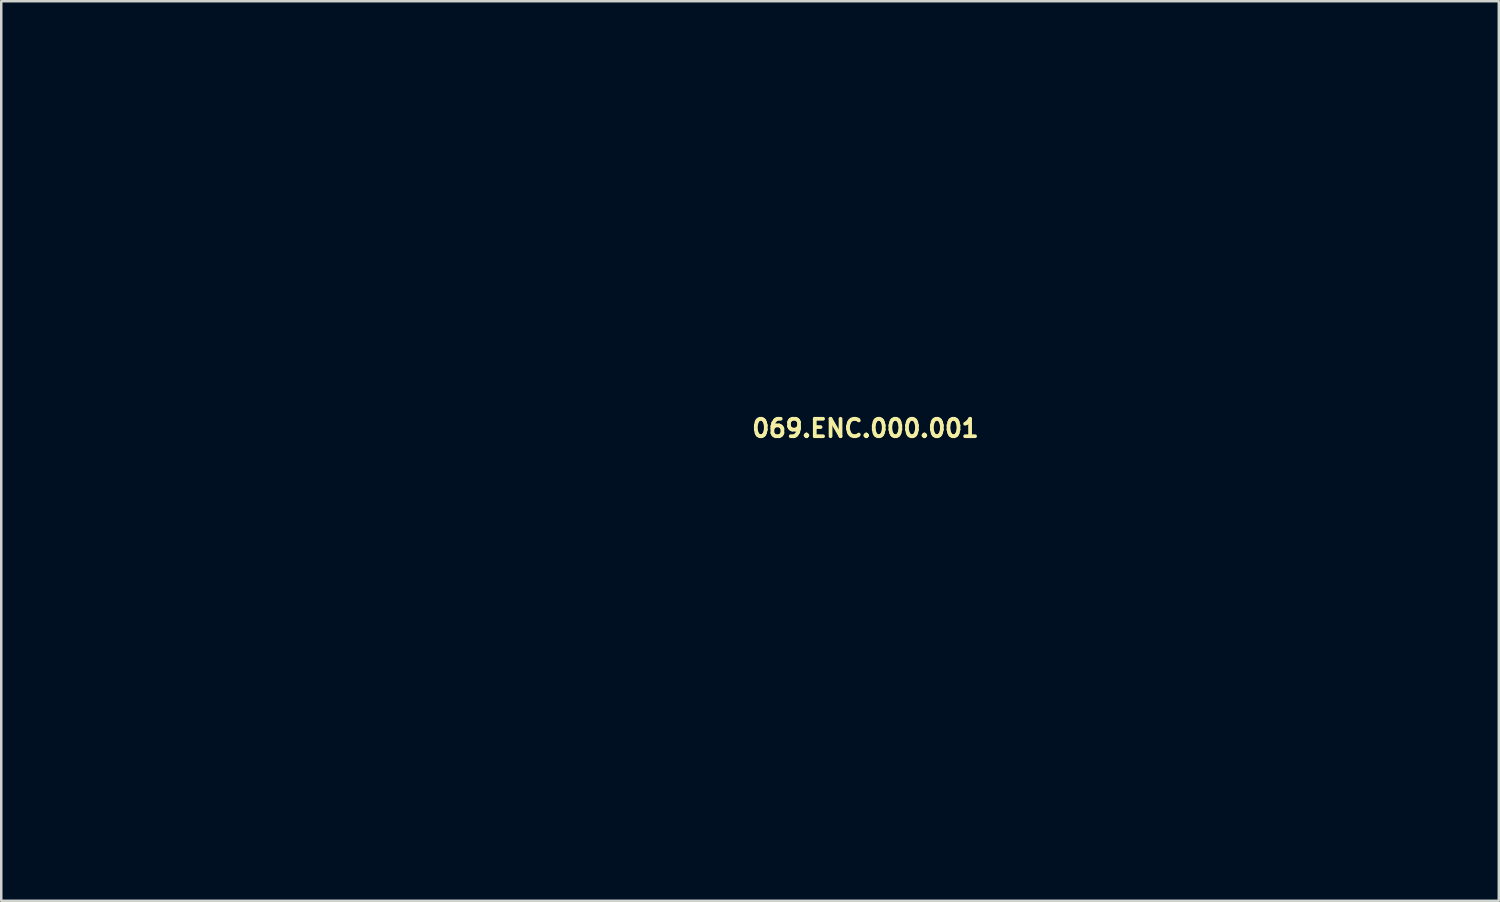
<source format=kicad_pcb>
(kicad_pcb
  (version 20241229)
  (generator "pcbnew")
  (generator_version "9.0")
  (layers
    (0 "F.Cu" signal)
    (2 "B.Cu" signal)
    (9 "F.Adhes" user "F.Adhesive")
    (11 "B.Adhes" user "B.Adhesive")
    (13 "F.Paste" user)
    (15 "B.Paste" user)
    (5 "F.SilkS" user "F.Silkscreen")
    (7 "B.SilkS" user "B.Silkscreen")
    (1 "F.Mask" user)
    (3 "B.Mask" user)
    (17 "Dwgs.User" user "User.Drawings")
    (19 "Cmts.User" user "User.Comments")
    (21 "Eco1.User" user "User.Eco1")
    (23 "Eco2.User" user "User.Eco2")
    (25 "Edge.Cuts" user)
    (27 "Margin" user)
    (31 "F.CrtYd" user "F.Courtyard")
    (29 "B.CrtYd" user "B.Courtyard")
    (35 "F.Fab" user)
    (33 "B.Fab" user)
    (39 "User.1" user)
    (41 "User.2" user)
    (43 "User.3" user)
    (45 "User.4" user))
  (footprint "069.ENC.000.001"
    (layer "F.Cu")
    (at 27.05 15.05)
    (property "Reference" "069.ENC.000.001" (at 0 -0.5 0) (unlocked yes) (layer "F.SilkS") (effects (font (size 0.7 0.7) (thickness 0.15)) (justify left bottom)))
    (attr smd)
    (fp_rect (start -27 -15) (end 27 15) (stroke (width 0.1) (type solid)) (fill no) (layer "User.5"))
    (fp_line (start -27 -13) (end -26.996 -13.126) (stroke (width 0.02) (type solid)) (layer "User.9"))
    (fp_line (start -27 13) (end -27 -13) (stroke (width 0.02) (type solid)) (layer "User.9"))
    (fp_line (start -26.996 -13.126) (end -26.984 -13.251) (stroke (width 0.02) (type solid)) (layer "User.9"))
    (fp_line (start -26.996 13.126) (end -27 13) (stroke (width 0.02) (type solid)) (layer "User.9"))
    (fp_line (start -26.984 -13.251) (end -26.965 -13.375) (stroke (width 0.02) (type solid)) (layer "User.9"))
    (fp_line (start -26.984 13.251) (end -26.996 13.126) (stroke (width 0.02) (type solid)) (layer "User.9"))
    (fp_line (start -26.965 -13.375) (end -26.937 -13.497) (stroke (width 0.02) (type solid)) (layer "User.9"))
    (fp_line (start -26.965 13.375) (end -26.984 13.251) (stroke (width 0.02) (type solid)) (layer "User.9"))
    (fp_line (start -26.937 -13.497) (end -26.902 -13.618) (stroke (width 0.02) (type solid)) (layer "User.9"))
    (fp_line (start -26.937 13.497) (end -26.965 13.375) (stroke (width 0.02) (type solid)) (layer "User.9"))
    (fp_line (start -26.902 -13.618) (end -26.86 -13.736) (stroke (width 0.02) (type solid)) (layer "User.9"))
    (fp_line (start -26.902 13.618) (end -26.937 13.497) (stroke (width 0.02) (type solid)) (layer "User.9"))
    (fp_line (start -26.86 -13.736) (end -26.81 -13.852) (stroke (width 0.02) (type solid)) (layer "User.9"))
    (fp_line (start -26.86 13.736) (end -26.902 13.618) (stroke (width 0.02) (type solid)) (layer "User.9"))
    (fp_line (start -26.81 -13.852) (end -26.753 -13.964) (stroke (width 0.02) (type solid)) (layer "User.9"))
    (fp_line (start -26.81 13.852) (end -26.86 13.736) (stroke (width 0.02) (type solid)) (layer "User.9"))
    (fp_line (start -26.753 -13.964) (end -26.689 -14.072) (stroke (width 0.02) (type solid)) (layer "User.9"))
    (fp_line (start -26.753 13.964) (end -26.81 13.852) (stroke (width 0.02) (type solid)) (layer "User.9"))
    (fp_line (start -26.689 -14.072) (end -26.618 -14.176) (stroke (width 0.02) (type solid)) (layer "User.9"))
    (fp_line (start -26.689 14.072) (end -26.753 13.964) (stroke (width 0.02) (type solid)) (layer "User.9"))
    (fp_line (start -26.618 -14.176) (end -26.541 -14.275) (stroke (width 0.02) (type solid)) (layer "User.9"))
    (fp_line (start -26.618 14.176) (end -26.689 14.072) (stroke (width 0.02) (type solid)) (layer "User.9"))
    (fp_line (start -26.541 -14.275) (end -26.458 -14.369) (stroke (width 0.02) (type solid)) (layer "User.9"))
    (fp_line (start -26.541 14.275) (end -26.618 14.176) (stroke (width 0.02) (type solid)) (layer "User.9"))
    (fp_line (start -26.5 -12.5) (end -26.5 12.5) (stroke (width 0.02) (type solid)) (layer "User.9"))
    (fp_line (start -26.5 -12.5) (end -26.496 -12.626) (stroke (width 0.02) (type solid)) (layer "User.9"))
    (fp_line (start -26.496 -12.626) (end -26.484 -12.751) (stroke (width 0.02) (type solid)) (layer "User.9"))
    (fp_line (start -26.496 12.626) (end -26.5 12.5) (stroke (width 0.02) (type solid)) (layer "User.9"))
    (fp_line (start -26.484 -12.751) (end -26.465 -12.875) (stroke (width 0.02) (type solid)) (layer "User.9"))
    (fp_line (start -26.484 12.751) (end -26.496 12.626) (stroke (width 0.02) (type solid)) (layer "User.9"))
    (fp_line (start -26.465 -12.875) (end -26.437 -12.997) (stroke (width 0.02) (type solid)) (layer "User.9"))
    (fp_line (start -26.465 12.875) (end -26.484 12.751) (stroke (width 0.02) (type solid)) (layer "User.9"))
    (fp_line (start -26.458 -14.369) (end -26.369 -14.458) (stroke (width 0.02) (type solid)) (layer "User.9"))
    (fp_line (start -26.458 14.369) (end -26.541 14.275) (stroke (width 0.02) (type solid)) (layer "User.9"))
    (fp_line (start -26.437 -12.997) (end -26.402 -13.118) (stroke (width 0.02) (type solid)) (layer "User.9"))
    (fp_line (start -26.437 12.997) (end -26.465 12.875) (stroke (width 0.02) (type solid)) (layer "User.9"))
    (fp_line (start -26.402 -13.118) (end -26.36 -13.236) (stroke (width 0.02) (type solid)) (layer "User.9"))
    (fp_line (start -26.402 13.118) (end -26.437 12.997) (stroke (width 0.02) (type solid)) (layer "User.9"))
    (fp_line (start -26.369 -14.458) (end -26.275 -14.541) (stroke (width 0.02) (type solid)) (layer "User.9"))
    (fp_line (start -26.369 14.458) (end -26.458 14.369) (stroke (width 0.02) (type solid)) (layer "User.9"))
    (fp_line (start -26.36 -13.236) (end -26.31 -13.352) (stroke (width 0.02) (type solid)) (layer "User.9"))
    (fp_line (start -26.36 13.236) (end -26.402 13.118) (stroke (width 0.02) (type solid)) (layer "User.9"))
    (fp_line (start -26.31 -13.352) (end -26.253 -13.464) (stroke (width 0.02) (type solid)) (layer "User.9"))
    (fp_line (start -26.31 13.352) (end -26.36 13.236) (stroke (width 0.02) (type solid)) (layer "User.9"))
    (fp_line (start -26.275 -14.541) (end -26.176 -14.618) (stroke (width 0.02) (type solid)) (layer "User.9"))
    (fp_line (start -26.275 14.541) (end -26.369 14.458) (stroke (width 0.02) (type solid)) (layer "User.9"))
    (fp_line (start -26.253 -13.464) (end -26.189 -13.572) (stroke (width 0.02) (type solid)) (layer "User.9"))
    (fp_line (start -26.253 13.464) (end -26.31 13.352) (stroke (width 0.02) (type solid)) (layer "User.9"))
    (fp_line (start -26.189 -13.572) (end -26.118 -13.676) (stroke (width 0.02) (type solid)) (layer "User.9"))
    (fp_line (start -26.189 13.572) (end -26.253 13.464) (stroke (width 0.02) (type solid)) (layer "User.9"))
    (fp_line (start -26.176 -14.618) (end -26.072 -14.689) (stroke (width 0.02) (type solid)) (layer "User.9"))
    (fp_line (start -26.176 14.618) (end -26.275 14.541) (stroke (width 0.02) (type solid)) (layer "User.9"))
    (fp_line (start -26.118 -13.676) (end -26.041 -13.775) (stroke (width 0.02) (type solid)) (layer "User.9"))
    (fp_line (start -26.118 13.676) (end -26.189 13.572) (stroke (width 0.02) (type solid)) (layer "User.9"))
    (fp_line (start -26.072 -14.689) (end -25.964 -14.753) (stroke (width 0.02) (type solid)) (layer "User.9"))
    (fp_line (start -26.072 14.689) (end -26.176 14.618) (stroke (width 0.02) (type solid)) (layer "User.9"))
    (fp_line (start -26.041 -13.775) (end -25.958 -13.869) (stroke (width 0.02) (type solid)) (layer "User.9"))
    (fp_line (start -26.041 13.775) (end -26.118 13.676) (stroke (width 0.02) (type solid)) (layer "User.9"))
    (fp_line (start -26 -10) (end -25.3 -10) (stroke (width 0.02) (type solid)) (layer "User.9"))
    (fp_line (start -26 10) (end -26 -10) (stroke (width 0.02) (type solid)) (layer "User.9"))
    (fp_line (start -25.964 -14.753) (end -25.852 -14.81) (stroke (width 0.02) (type solid)) (layer "User.9"))
    (fp_line (start -25.964 14.753) (end -26.072 14.689) (stroke (width 0.02) (type solid)) (layer "User.9"))
    (fp_line (start -25.958 -13.869) (end -25.869 -13.958) (stroke (width 0.02) (type solid)) (layer "User.9"))
    (fp_line (start -25.958 13.869) (end -26.041 13.775) (stroke (width 0.02) (type solid)) (layer "User.9"))
    (fp_line (start -25.869 -13.958) (end -25.775 -14.041) (stroke (width 0.02) (type solid)) (layer "User.9"))
    (fp_line (start -25.869 13.958) (end -25.958 13.869) (stroke (width 0.02) (type solid)) (layer "User.9"))
    (fp_line (start -25.852 -14.81) (end -25.736 -14.86) (stroke (width 0.02) (type solid)) (layer "User.9"))
    (fp_line (start -25.852 14.81) (end -25.964 14.753) (stroke (width 0.02) (type solid)) (layer "User.9"))
    (fp_line (start -25.775 -14.041) (end -25.676 -14.118) (stroke (width 0.02) (type solid)) (layer "User.9"))
    (fp_line (start -25.775 14.041) (end -25.869 13.958) (stroke (width 0.02) (type solid)) (layer "User.9"))
    (fp_line (start -25.736 -14.86) (end -25.618 -14.902) (stroke (width 0.02) (type solid)) (layer "User.9"))
    (fp_line (start -25.736 14.86) (end -25.852 14.81) (stroke (width 0.02) (type solid)) (layer "User.9"))
    (fp_line (start -25.676 -14.118) (end -25.572 -14.189) (stroke (width 0.02) (type solid)) (layer "User.9"))
    (fp_line (start -25.676 14.118) (end -25.775 14.041) (stroke (width 0.02) (type solid)) (layer "User.9"))
    (fp_line (start -25.618 -14.902) (end -25.497 -14.937) (stroke (width 0.02) (type solid)) (layer "User.9"))
    (fp_line (start -25.618 14.902) (end -25.736 14.86) (stroke (width 0.02) (type solid)) (layer "User.9"))
    (fp_line (start -25.572 -14.189) (end -25.464 -14.253) (stroke (width 0.02) (type solid)) (layer "User.9"))
    (fp_line (start -25.572 14.189) (end -25.676 14.118) (stroke (width 0.02) (type solid)) (layer "User.9"))
    (fp_line (start -25.497 -14.937) (end -25.375 -14.965) (stroke (width 0.02) (type solid)) (layer "User.9"))
    (fp_line (start -25.497 14.937) (end -25.618 14.902) (stroke (width 0.02) (type solid)) (layer "User.9"))
    (fp_line (start -25.464 -14.253) (end -25.352 -14.31) (stroke (width 0.02) (type solid)) (layer "User.9"))
    (fp_line (start -25.464 14.253) (end -25.572 14.189) (stroke (width 0.02) (type solid)) (layer "User.9"))
    (fp_line (start -25.375 -14.965) (end -25.251 -14.984) (stroke (width 0.02) (type solid)) (layer "User.9"))
    (fp_line (start -25.375 14.965) (end -25.497 14.937) (stroke (width 0.02) (type solid)) (layer "User.9"))
    (fp_line (start -25.352 -14.31) (end -25.236 -14.36) (stroke (width 0.02) (type solid)) (layer "User.9"))
    (fp_line (start -25.352 14.31) (end -25.464 14.253) (stroke (width 0.02) (type solid)) (layer "User.9"))
    (fp_line (start -25.3 -13.5) (end -22 -13.5) (stroke (width 0.02) (type solid)) (layer "User.9"))
    (fp_line (start -25.3 -10) (end -25.3 -13.5) (stroke (width 0.02) (type solid)) (layer "User.9"))
    (fp_line (start -25.3 10) (end -26 10) (stroke (width 0.02) (type solid)) (layer "User.9"))
    (fp_line (start -25.3 13.5) (end -25.3 10) (stroke (width 0.02) (type solid)) (layer "User.9"))
    (fp_line (start -25.251 -14.984) (end -25.126 -14.996) (stroke (width 0.02) (type solid)) (layer "User.9"))
    (fp_line (start -25.251 14.984) (end -25.375 14.965) (stroke (width 0.02) (type solid)) (layer "User.9"))
    (fp_line (start -25.236 -14.36) (end -25.118 -14.402) (stroke (width 0.02) (type solid)) (layer "User.9"))
    (fp_line (start -25.236 14.36) (end -25.352 14.31) (stroke (width 0.02) (type solid)) (layer "User.9"))
    (fp_line (start -25.126 -14.996) (end -25 -15) (stroke (width 0.02) (type solid)) (layer "User.9"))
    (fp_line (start -25.126 14.996) (end -25.251 14.984) (stroke (width 0.02) (type solid)) (layer "User.9"))
    (fp_line (start -25.118 -14.402) (end -24.997 -14.437) (stroke (width 0.02) (type solid)) (layer "User.9"))
    (fp_line (start -25.118 14.402) (end -25.236 14.36) (stroke (width 0.02) (type solid)) (layer "User.9"))
    (fp_line (start -25 -15) (end 25 -15) (stroke (width 0.02) (type solid)) (layer "User.9"))
    (fp_line (start -25 15) (end -25.126 14.996) (stroke (width 0.02) (type solid)) (layer "User.9"))
    (fp_line (start -24.997 -14.437) (end -24.875 -14.465) (stroke (width 0.02) (type solid)) (layer "User.9"))
    (fp_line (start -24.997 14.437) (end -25.118 14.402) (stroke (width 0.02) (type solid)) (layer "User.9"))
    (fp_line (start -24.875 -14.465) (end -24.751 -14.484) (stroke (width 0.02) (type solid)) (layer "User.9"))
    (fp_line (start -24.875 14.465) (end -24.997 14.437) (stroke (width 0.02) (type solid)) (layer "User.9"))
    (fp_line (start -24.751 -14.484) (end -24.626 -14.496) (stroke (width 0.02) (type solid)) (layer "User.9"))
    (fp_line (start -24.751 14.484) (end -24.875 14.465) (stroke (width 0.02) (type solid)) (layer "User.9"))
    (fp_line (start -24.626 -14.496) (end -24.5 -14.5) (stroke (width 0.02) (type solid)) (layer "User.9"))
    (fp_line (start -24.626 14.496) (end -24.751 14.484) (stroke (width 0.02) (type solid)) (layer "User.9"))
    (fp_line (start -24.5 14.5) (end -24.626 14.496) (stroke (width 0.02) (type solid)) (layer "User.9"))
    (fp_line (start -24.5 14.5) (end 24.5 14.5) (stroke (width 0.02) (type solid)) (layer "User.9"))
    (fp_line (start -23.95 -9.7) (end -23.946 -9.56) (stroke (width 0.02) (type solid)) (layer "User.9"))
    (fp_line (start -23.946 -9.84) (end -23.95 -9.7) (stroke (width 0.02) (type solid)) (layer "User.9"))
    (fp_line (start -23.946 -9.56) (end -23.934 -9.42) (stroke (width 0.02) (type solid)) (layer "User.9"))
    (fp_line (start -23.934 -9.98) (end -23.946 -9.84) (stroke (width 0.02) (type solid)) (layer "User.9"))
    (fp_line (start -23.934 -9.42) (end -23.915 -9.281) (stroke (width 0.02) (type solid)) (layer "User.9"))
    (fp_line (start -23.915 -10.119) (end -23.934 -9.98) (stroke (width 0.02) (type solid)) (layer "User.9"))
    (fp_line (start -23.915 -9.281) (end -23.887 -9.144) (stroke (width 0.02) (type solid)) (layer "User.9"))
    (fp_line (start -23.887 -10.256) (end -23.915 -10.119) (stroke (width 0.02) (type solid)) (layer "User.9"))
    (fp_line (start -23.887 -9.144) (end -23.852 -9.008) (stroke (width 0.02) (type solid)) (layer "User.9"))
    (fp_line (start -23.852 -10.392) (end -23.887 -10.256) (stroke (width 0.02) (type solid)) (layer "User.9"))
    (fp_line (start -23.852 -9.008) (end -23.81 -8.874) (stroke (width 0.02) (type solid)) (layer "User.9"))
    (fp_line (start -23.81 -10.526) (end -23.852 -10.392) (stroke (width 0.02) (type solid)) (layer "User.9"))
    (fp_line (start -23.81 -8.874) (end -23.76 -8.743) (stroke (width 0.02) (type solid)) (layer "User.9"))
    (fp_line (start -23.8 9.55) (end -23.796 9.69) (stroke (width 0.02) (type solid)) (layer "User.9"))
    (fp_line (start -23.796 9.41) (end -23.8 9.55) (stroke (width 0.02) (type solid)) (layer "User.9"))
    (fp_line (start -23.796 9.69) (end -23.784 9.83) (stroke (width 0.02) (type solid)) (layer "User.9"))
    (fp_line (start -23.784 9.27) (end -23.796 9.41) (stroke (width 0.02) (type solid)) (layer "User.9"))
    (fp_line (start -23.784 9.83) (end -23.765 9.969) (stroke (width 0.02) (type solid)) (layer "User.9"))
    (fp_line (start -23.765 9.131) (end -23.784 9.27) (stroke (width 0.02) (type solid)) (layer "User.9"))
    (fp_line (start -23.765 9.969) (end -23.737 10.106) (stroke (width 0.02) (type solid)) (layer "User.9"))
    (fp_line (start -23.76 -10.657) (end -23.81 -10.526) (stroke (width 0.02) (type solid)) (layer "User.9"))
    (fp_line (start -23.76 -8.743) (end -23.702 -8.615) (stroke (width 0.02) (type solid)) (layer "User.9"))
    (fp_line (start -23.737 8.994) (end -23.765 9.131) (stroke (width 0.02) (type solid)) (layer "User.9"))
    (fp_line (start -23.737 10.106) (end -23.702 10.242) (stroke (width 0.02) (type solid)) (layer "User.9"))
    (fp_line (start -23.702 -10.785) (end -23.76 -10.657) (stroke (width 0.02) (type solid)) (layer "User.9"))
    (fp_line (start -23.702 -8.615) (end -23.638 -8.491) (stroke (width 0.02) (type solid)) (layer "User.9"))
    (fp_line (start -23.702 8.858) (end -23.737 8.994) (stroke (width 0.02) (type solid)) (layer "User.9"))
    (fp_line (start -23.702 10.242) (end -23.66 10.376) (stroke (width 0.02) (type solid)) (layer "User.9"))
    (fp_line (start -23.66 8.724) (end -23.702 8.858) (stroke (width 0.02) (type solid)) (layer "User.9"))
    (fp_line (start -23.66 10.376) (end -23.61 10.507) (stroke (width 0.02) (type solid)) (layer "User.9"))
    (fp_line (start -23.638 -10.909) (end -23.702 -10.785) (stroke (width 0.02) (type solid)) (layer "User.9"))
    (fp_line (start -23.638 -8.491) (end -23.567 -8.37) (stroke (width 0.02) (type solid)) (layer "User.9"))
    (fp_line (start -23.61 8.593) (end -23.66 8.724) (stroke (width 0.02) (type solid)) (layer "User.9"))
    (fp_line (start -23.61 10.507) (end -23.552 10.635) (stroke (width 0.02) (type solid)) (layer "User.9"))
    (fp_line (start -23.567 -11.03) (end -23.638 -10.909) (stroke (width 0.02) (type solid)) (layer "User.9"))
    (fp_line (start -23.567 -8.37) (end -23.489 -8.253) (stroke (width 0.02) (type solid)) (layer "User.9"))
    (fp_line (start -23.552 8.465) (end -23.61 8.593) (stroke (width 0.02) (type solid)) (layer "User.9"))
    (fp_line (start -23.552 10.635) (end -23.488 10.759) (stroke (width 0.02) (type solid)) (layer "User.9"))
    (fp_line (start -23.489 -11.147) (end -23.567 -11.03) (stroke (width 0.02) (type solid)) (layer "User.9"))
    (fp_line (start -23.489 -8.253) (end -23.405 -8.141) (stroke (width 0.02) (type solid)) (layer "User.9"))
    (fp_line (start -23.488 8.341) (end -23.552 8.465) (stroke (width 0.02) (type solid)) (layer "User.9"))
    (fp_line (start -23.488 10.759) (end -23.417 10.88) (stroke (width 0.02) (type solid)) (layer "User.9"))
    (fp_line (start -23.417 8.22) (end -23.488 8.341) (stroke (width 0.02) (type solid)) (layer "User.9"))
    (fp_line (start -23.417 10.88) (end -23.339 10.997) (stroke (width 0.02) (type solid)) (layer "User.9"))
    (fp_line (start -23.405 -11.259) (end -23.489 -11.147) (stroke (width 0.02) (type solid)) (layer "User.9"))
    (fp_line (start -23.405 -8.141) (end -23.314 -8.034) (stroke (width 0.02) (type solid)) (layer "User.9"))
    (fp_line (start -23.339 8.103) (end -23.417 8.22) (stroke (width 0.02) (type solid)) (layer "User.9"))
    (fp_line (start -23.339 10.997) (end -23.255 11.109) (stroke (width 0.02) (type solid)) (layer "User.9"))
    (fp_line (start -23.314 -11.366) (end -23.405 -11.259) (stroke (width 0.02) (type solid)) (layer "User.9"))
    (fp_line (start -23.314 -8.034) (end -23.218 -7.932) (stroke (width 0.02) (type solid)) (layer "User.9"))
    (fp_line (start -23.255 7.991) (end -23.339 8.103) (stroke (width 0.02) (type solid)) (layer "User.9"))
    (fp_line (start -23.255 11.109) (end -23.164 11.216) (stroke (width 0.02) (type solid)) (layer "User.9"))
    (fp_line (start -23.218 -11.468) (end -23.314 -11.366) (stroke (width 0.02) (type solid)) (layer "User.9"))
    (fp_line (start -23.218 -7.932) (end -23.116 -7.836) (stroke (width 0.02) (type solid)) (layer "User.9"))
    (fp_line (start -23.164 7.884) (end -23.255 7.991) (stroke (width 0.02) (type solid)) (layer "User.9"))
    (fp_line (start -23.164 11.216) (end -23.068 11.318) (stroke (width 0.02) (type solid)) (layer "User.9"))
    (fp_line (start -23.116 -11.564) (end -23.218 -11.468) (stroke (width 0.02) (type solid)) (layer "User.9"))
    (fp_line (start -23.116 -7.836) (end -23.009 -7.745) (stroke (width 0.02) (type solid)) (layer "User.9"))
    (fp_line (start -23.068 7.782) (end -23.164 7.884) (stroke (width 0.02) (type solid)) (layer "User.9"))
    (fp_line (start -23.068 11.318) (end -22.966 11.414) (stroke (width 0.02) (type solid)) (layer "User.9"))
    (fp_line (start -23.009 -11.655) (end -23.116 -11.564) (stroke (width 0.02) (type solid)) (layer "User.9"))
    (fp_line (start -23.009 -7.745) (end -22.897 -7.661) (stroke (width 0.02) (type solid)) (layer "User.9"))
    (fp_line (start -22.966 7.686) (end -23.068 7.782) (stroke (width 0.02) (type solid)) (layer "User.9"))
    (fp_line (start -22.966 11.414) (end -22.859 11.505) (stroke (width 0.02) (type solid)) (layer "User.9"))
    (fp_line (start -22.897 -11.739) (end -23.009 -11.655) (stroke (width 0.02) (type solid)) (layer "User.9"))
    (fp_line (start -22.897 -7.661) (end -22.78 -7.583) (stroke (width 0.02) (type solid)) (layer "User.9"))
    (fp_line (start -22.859 7.595) (end -22.966 7.686) (stroke (width 0.02) (type solid)) (layer "User.9"))
    (fp_line (start -22.859 11.505) (end -22.747 11.589) (stroke (width 0.02) (type solid)) (layer "User.9"))
    (fp_line (start -22.78 -11.817) (end -22.897 -11.739) (stroke (width 0.02) (type solid)) (layer "User.9"))
    (fp_line (start -22.78 -7.583) (end -22.659 -7.512) (stroke (width 0.02) (type solid)) (layer "User.9"))
    (fp_line (start -22.747 7.511) (end -22.859 7.595) (stroke (width 0.02) (type solid)) (layer "User.9"))
    (fp_line (start -22.747 11.589) (end -22.63 11.667) (stroke (width 0.02) (type solid)) (layer "User.9"))
    (fp_line (start -22.659 -11.888) (end -22.78 -11.817) (stroke (width 0.02) (type solid)) (layer "User.9"))
    (fp_line (start -22.659 -7.512) (end -22.535 -7.448) (stroke (width 0.02) (type solid)) (layer "User.9"))
    (fp_line (start -22.63 7.433) (end -22.747 7.511) (stroke (width 0.02) (type solid)) (layer "User.9"))
    (fp_line (start -22.63 11.667) (end -22.509 11.738) (stroke (width 0.02) (type solid)) (layer "User.9"))
    (fp_line (start -22.535 -11.952) (end -22.659 -11.888) (stroke (width 0.02) (type solid)) (layer "User.9"))
    (fp_line (start -22.535 -7.448) (end -22.407 -7.39) (stroke (width 0.02) (type solid)) (layer "User.9"))
    (fp_line (start -22.509 7.362) (end -22.63 7.433) (stroke (width 0.02) (type solid)) (layer "User.9"))
    (fp_line (start -22.509 11.738) (end -22.385 11.802) (stroke (width 0.02) (type solid)) (layer "User.9"))
    (fp_line (start -22.5 -9.7) (end -22.496 -9.792) (stroke (width 0.02) (type solid)) (layer "User.9"))
    (fp_line (start -22.496 -9.792) (end -22.484 -9.882) (stroke (width 0.02) (type solid)) (layer "User.9"))
    (fp_line (start -22.496 -9.608) (end -22.5 -9.7) (stroke (width 0.02) (type solid)) (layer "User.9"))
    (fp_line (start -22.484 -9.882) (end -22.464 -9.972) (stroke (width 0.02) (type solid)) (layer "User.9"))
    (fp_line (start -22.484 -9.518) (end -22.496 -9.608) (stroke (width 0.02) (type solid)) (layer "User.9"))
    (fp_line (start -22.464 -9.972) (end -22.437 -10.059) (stroke (width 0.02) (type solid)) (layer "User.9"))
    (fp_line (start -22.464 -9.428) (end -22.484 -9.518) (stroke (width 0.02) (type solid)) (layer "User.9"))
    (fp_line (start -22.437 -10.059) (end -22.402 -10.144) (stroke (width 0.02) (type solid)) (layer "User.9"))
    (fp_line (start -22.437 -9.341) (end -22.464 -9.428) (stroke (width 0.02) (type solid)) (layer "User.9"))
    (fp_line (start -22.407 -12.01) (end -22.535 -11.952) (stroke (width 0.02) (type solid)) (layer "User.9"))
    (fp_line (start -22.407 -7.39) (end -22.276 -7.34) (stroke (width 0.02) (type solid)) (layer "User.9"))
    (fp_line (start -22.402 -10.144) (end -22.359 -10.225) (stroke (width 0.02) (type solid)) (layer "User.9"))
    (fp_line (start -22.402 -9.256) (end -22.437 -9.341) (stroke (width 0.02) (type solid)) (layer "User.9"))
    (fp_line (start -22.385 7.298) (end -22.509 7.362) (stroke (width 0.02) (type solid)) (layer "User.9"))
    (fp_line (start -22.385 11.802) (end -22.257 11.86) (stroke (width 0.02) (type solid)) (layer "User.9"))
    (fp_line (start -22.359 -10.225) (end -22.31 -10.302) (stroke (width 0.02) (type solid)) (layer "User.9"))
    (fp_line (start -22.359 -9.175) (end -22.402 -9.256) (stroke (width 0.02) (type solid)) (layer "User.9"))
    (fp_line (start -22.35 9.55) (end -22.346 9.458) (stroke (width 0.02) (type solid)) (layer "User.9"))
    (fp_line (start -22.346 9.458) (end -22.334 9.368) (stroke (width 0.02) (type solid)) (layer "User.9"))
    (fp_line (start -22.346 9.642) (end -22.35 9.55) (stroke (width 0.02) (type solid)) (layer "User.9"))
    (fp_line (start -22.334 9.368) (end -22.314 9.278) (stroke (width 0.02) (type solid)) (layer "User.9"))
    (fp_line (start -22.334 9.732) (end -22.346 9.642) (stroke (width 0.02) (type solid)) (layer "User.9"))
    (fp_line (start -22.314 9.278) (end -22.287 9.191) (stroke (width 0.02) (type solid)) (layer "User.9"))
    (fp_line (start -22.314 9.822) (end -22.334 9.732) (stroke (width 0.02) (type solid)) (layer "User.9"))
    (fp_line (start -22.31 -10.302) (end -22.254 -10.375) (stroke (width 0.02) (type solid)) (layer "User.9"))
    (fp_line (start -22.31 -9.098) (end -22.359 -9.175) (stroke (width 0.02) (type solid)) (layer "User.9"))
    (fp_line (start -22.287 9.191) (end -22.252 9.106) (stroke (width 0.02) (type solid)) (layer "User.9"))
    (fp_line (start -22.287 9.909) (end -22.314 9.822) (stroke (width 0.02) (type solid)) (layer "User.9"))
    (fp_line (start -22.276 -12.06) (end -22.407 -12.01) (stroke (width 0.02) (type solid)) (layer "User.9"))
    (fp_line (start -22.276 -7.34) (end -22.142 -7.298) (stroke (width 0.02) (type solid)) (layer "User.9"))
    (fp_line (start -22.257 7.24) (end -22.385 7.298) (stroke (width 0.02) (type solid)) (layer "User.9"))
    (fp_line (start -22.257 11.86) (end -22.126 11.91) (stroke (width 0.02) (type solid)) (layer "User.9"))
    (fp_line (start -22.254 -10.375) (end -22.192 -10.442) (stroke (width 0.02) (type solid)) (layer "User.9"))
    (fp_line (start -22.254 -9.025) (end -22.31 -9.098) (stroke (width 0.02) (type solid)) (layer "User.9"))
    (fp_line (start -22.252 9.106) (end -22.209 9.025) (stroke (width 0.02) (type solid)) (layer "User.9"))
    (fp_line (start -22.252 9.994) (end -22.287 9.909) (stroke (width 0.02) (type solid)) (layer "User.9"))
    (fp_line (start -22.209 9.025) (end -22.16 8.948) (stroke (width 0.02) (type solid)) (layer "User.9"))
    (fp_line (start -22.209 10.075) (end -22.252 9.994) (stroke (width 0.02) (type solid)) (layer "User.9"))
    (fp_line (start -22.192 -10.442) (end -22.125 -10.504) (stroke (width 0.02) (type solid)) (layer "User.9"))
    (fp_line (start -22.192 -8.958) (end -22.254 -9.025) (stroke (width 0.02) (type solid)) (layer "User.9"))
    (fp_line (start -22.16 8.948) (end -22.104 8.875) (stroke (width 0.02) (type solid)) (layer "User.9"))
    (fp_line (start -22.16 10.152) (end -22.209 10.075) (stroke (width 0.02) (type solid)) (layer "User.9"))
    (fp_line (start -22.142 -12.102) (end -22.276 -12.06) (stroke (width 0.02) (type solid)) (layer "User.9"))
    (fp_line (start -22.142 -7.298) (end -22.006 -7.263) (stroke (width 0.02) (type solid)) (layer "User.9"))
    (fp_line (start -22.126 7.19) (end -22.257 7.24) (stroke (width 0.02) (type solid)) (layer "User.9"))
    (fp_line (start -22.126 11.91) (end -21.992 11.952) (stroke (width 0.02) (type solid)) (layer "User.9"))
    (fp_line (start -22.125 -10.504) (end -22.052 -10.56) (stroke (width 0.02) (type solid)) (layer "User.9"))
    (fp_line (start -22.125 -8.896) (end -22.192 -8.958) (stroke (width 0.02) (type solid)) (layer "User.9"))
    (fp_line (start -22.104 8.875) (end -22.042 8.808) (stroke (width 0.02) (type solid)) (layer "User.9"))
    (fp_line (start -22.104 10.225) (end -22.16 10.152) (stroke (width 0.02) (type solid)) (layer "User.9"))
    (fp_line (start -22.052 -10.56) (end -21.975 -10.609) (stroke (width 0.02) (type solid)) (layer "User.9"))
    (fp_line (start -22.052 -8.84) (end -22.125 -8.896) (stroke (width 0.02) (type solid)) (layer "User.9"))
    (fp_line (start -22.042 8.808) (end -21.975 8.746) (stroke (width 0.02) (type solid)) (layer "User.9"))
    (fp_line (start -22.042 10.292) (end -22.104 10.225) (stroke (width 0.02) (type solid)) (layer "User.9"))
    (fp_line (start -22.006 -12.137) (end -22.142 -12.102) (stroke (width 0.02) (type solid)) (layer "User.9"))
    (fp_line (start -22.006 -7.263) (end -21.869 -7.235) (stroke (width 0.02) (type solid)) (layer "User.9"))
    (fp_line (start -22 -14) (end 22 -14) (stroke (width 0.02) (type solid)) (layer "User.9"))
    (fp_line (start -22 -13.5) (end -22 -14) (stroke (width 0.02) (type solid)) (layer "User.9"))
    (fp_line (start -22 13.5) (end -25.3 13.5) (stroke (width 0.02) (type solid)) (layer "User.9"))
    (fp_line (start -22 14) (end -22 13.5) (stroke (width 0.02) (type solid)) (layer "User.9"))
    (fp_line (start -21.992 7.148) (end -22.126 7.19) (stroke (width 0.02) (type solid)) (layer "User.9"))
    (fp_line (start -21.992 11.952) (end -21.856 11.987) (stroke (width 0.02) (type solid)) (layer "User.9"))
    (fp_line (start -21.975 -10.609) (end -21.894 -10.652) (stroke (width 0.02) (type solid)) (layer "User.9"))
    (fp_line (start -21.975 -8.791) (end -22.052 -8.84) (stroke (width 0.02) (type solid)) (layer "User.9"))
    (fp_line (start -21.975 8.746) (end -21.902 8.69) (stroke (width 0.02) (type solid)) (layer "User.9"))
    (fp_line (start -21.975 10.354) (end -22.042 10.292) (stroke (width 0.02) (type solid)) (layer "User.9"))
    (fp_line (start -21.902 8.69) (end -21.825 8.641) (stroke (width 0.02) (type solid)) (layer "User.9"))
    (fp_line (start -21.902 10.41) (end -21.975 10.354) (stroke (width 0.02) (type solid)) (layer "User.9"))
    (fp_line (start -21.894 -10.652) (end -21.809 -10.687) (stroke (width 0.02) (type solid)) (layer "User.9"))
    (fp_line (start -21.894 -8.748) (end -21.975 -8.791) (stroke (width 0.02) (type solid)) (layer "User.9"))
    (fp_line (start -21.869 -12.165) (end -22.006 -12.137) (stroke (width 0.02) (type solid)) (layer "User.9"))
    (fp_line (start -21.869 -7.235) (end -21.73 -7.216) (stroke (width 0.02) (type solid)) (layer "User.9"))
    (fp_line (start -21.856 7.113) (end -21.992 7.148) (stroke (width 0.02) (type solid)) (layer "User.9"))
    (fp_line (start -21.856 11.987) (end -21.719 12.015) (stroke (width 0.02) (type solid)) (layer "User.9"))
    (fp_line (start -21.825 8.641) (end -21.744 8.598) (stroke (width 0.02) (type solid)) (layer "User.9"))
    (fp_line (start -21.825 10.459) (end -21.902 10.41) (stroke (width 0.02) (type solid)) (layer "User.9"))
    (fp_line (start -21.809 -10.687) (end -21.722 -10.714) (stroke (width 0.02) (type solid)) (layer "User.9"))
    (fp_line (start -21.809 -8.713) (end -21.894 -8.748) (stroke (width 0.02) (type solid)) (layer "User.9"))
    (fp_line (start -21.744 8.598) (end -21.659 8.563) (stroke (width 0.02) (type solid)) (layer "User.9"))
    (fp_line (start -21.744 10.502) (end -21.825 10.459) (stroke (width 0.02) (type solid)) (layer "User.9"))
    (fp_line (start -21.73 -12.184) (end -21.869 -12.165) (stroke (width 0.02) (type solid)) (layer "User.9"))
    (fp_line (start -21.73 -7.216) (end -21.59 -7.204) (stroke (width 0.02) (type solid)) (layer "User.9"))
    (fp_line (start -21.722 -10.714) (end -21.632 -10.734) (stroke (width 0.02) (type solid)) (layer "User.9"))
    (fp_line (start -21.722 -8.686) (end -21.809 -8.713) (stroke (width 0.02) (type solid)) (layer "User.9"))
    (fp_line (start -21.719 7.085) (end -21.856 7.113) (stroke (width 0.02) (type solid)) (layer "User.9"))
    (fp_line (start -21.719 12.015) (end -21.58 12.034) (stroke (width 0.02) (type solid)) (layer "User.9"))
    (fp_line (start -21.659 8.563) (end -21.572 8.536) (stroke (width 0.02) (type solid)) (layer "User.9"))
    (fp_line (start -21.659 10.537) (end -21.744 10.502) (stroke (width 0.02) (type solid)) (layer "User.9"))
    (fp_line (start -21.632 -10.734) (end -21.542 -10.746) (stroke (width 0.02) (type solid)) (layer "User.9"))
    (fp_line (start -21.632 -8.666) (end -21.722 -8.686) (stroke (width 0.02) (type solid)) (layer "User.9"))
    (fp_line (start -21.59 -12.196) (end -21.73 -12.184) (stroke (width 0.02) (type solid)) (layer "User.9"))
    (fp_line (start -21.59 -7.204) (end -21.45 -7.2) (stroke (width 0.02) (type solid)) (layer "User.9"))
    (fp_line (start -21.58 7.066) (end -21.719 7.085) (stroke (width 0.02) (type solid)) (layer "User.9"))
    (fp_line (start -21.58 12.034) (end -21.44 12.046) (stroke (width 0.02) (type solid)) (layer "User.9"))
    (fp_line (start -21.572 8.536) (end -21.482 8.516) (stroke (width 0.02) (type solid)) (layer "User.9"))
    (fp_line (start -21.572 10.564) (end -21.659 10.537) (stroke (width 0.02) (type solid)) (layer "User.9"))
    (fp_line (start -21.542 -10.746) (end -21.45 -10.75) (stroke (width 0.02) (type solid)) (layer "User.9"))
    (fp_line (start -21.542 -8.654) (end -21.632 -8.666) (stroke (width 0.02) (type solid)) (layer "User.9"))
    (fp_line (start -21.482 8.516) (end -21.392 8.504) (stroke (width 0.02) (type solid)) (layer "User.9"))
    (fp_line (start -21.482 10.584) (end -21.572 10.564) (stroke (width 0.02) (type solid)) (layer "User.9"))
    (fp_line (start -21.45 -12.2) (end -21.59 -12.196) (stroke (width 0.02) (type solid)) (layer "User.9"))
    (fp_line (start -21.45 -10.75) (end -21.358 -10.746) (stroke (width 0.02) (type solid)) (layer "User.9"))
    (fp_line (start -21.45 -8.65) (end -21.542 -8.654) (stroke (width 0.02) (type solid)) (layer "User.9"))
    (fp_line (start -21.45 -7.2) (end -21.31 -7.204) (stroke (width 0.02) (type solid)) (layer "User.9"))
    (fp_line (start -21.44 7.054) (end -21.58 7.066) (stroke (width 0.02) (type solid)) (layer "User.9"))
    (fp_line (start -21.44 12.046) (end -21.3 12.05) (stroke (width 0.02) (type solid)) (layer "User.9"))
    (fp_line (start -21.392 8.504) (end -21.3 8.5) (stroke (width 0.02) (type solid)) (layer "User.9"))
    (fp_line (start -21.392 10.596) (end -21.482 10.584) (stroke (width 0.02) (type solid)) (layer "User.9"))
    (fp_line (start -21.358 -10.746) (end -21.268 -10.734) (stroke (width 0.02) (type solid)) (layer "User.9"))
    (fp_line (start -21.358 -8.654) (end -21.45 -8.65) (stroke (width 0.02) (type solid)) (layer "User.9"))
    (fp_line (start -21.31 -12.196) (end -21.45 -12.2) (stroke (width 0.02) (type solid)) (layer "User.9"))
    (fp_line (start -21.31 -7.204) (end -21.17 -7.216) (stroke (width 0.02) (type solid)) (layer "User.9"))
    (fp_line (start -21.3 7.05) (end -21.44 7.054) (stroke (width 0.02) (type solid)) (layer "User.9"))
    (fp_line (start -21.3 8.5) (end -21.208 8.504) (stroke (width 0.02) (type solid)) (layer "User.9"))
    (fp_line (start -21.3 10.6) (end -21.392 10.596) (stroke (width 0.02) (type solid)) (layer "User.9"))
    (fp_line (start -21.3 12.05) (end -21.16 12.046) (stroke (width 0.02) (type solid)) (layer "User.9"))
    (fp_line (start -21.268 -10.734) (end -21.178 -10.714) (stroke (width 0.02) (type solid)) (layer "User.9"))
    (fp_line (start -21.268 -8.666) (end -21.358 -8.654) (stroke (width 0.02) (type solid)) (layer "User.9"))
    (fp_line (start -21.208 8.504) (end -21.118 8.516) (stroke (width 0.02) (type solid)) (layer "User.9"))
    (fp_line (start -21.208 10.596) (end -21.3 10.6) (stroke (width 0.02) (type solid)) (layer "User.9"))
    (fp_line (start -21.178 -10.714) (end -21.091 -10.687) (stroke (width 0.02) (type solid)) (layer "User.9"))
    (fp_line (start -21.178 -8.686) (end -21.268 -8.666) (stroke (width 0.02) (type solid)) (layer "User.9"))
    (fp_line (start -21.17 -12.184) (end -21.31 -12.196) (stroke (width 0.02) (type solid)) (layer "User.9"))
    (fp_line (start -21.17 -7.216) (end -21.031 -7.235) (stroke (width 0.02) (type solid)) (layer "User.9"))
    (fp_line (start -21.16 7.054) (end -21.3 7.05) (stroke (width 0.02) (type solid)) (layer "User.9"))
    (fp_line (start -21.16 12.046) (end -21.02 12.034) (stroke (width 0.02) (type solid)) (layer "User.9"))
    (fp_line (start -21.118 8.516) (end -21.028 8.536) (stroke (width 0.02) (type solid)) (layer "User.9"))
    (fp_line (start -21.118 10.584) (end -21.208 10.596) (stroke (width 0.02) (type solid)) (layer "User.9"))
    (fp_line (start -21.091 -10.687) (end -21.006 -10.652) (stroke (width 0.02) (type solid)) (layer "User.9"))
    (fp_line (start -21.091 -8.713) (end -21.178 -8.686) (stroke (width 0.02) (type solid)) (layer "User.9"))
    (fp_line (start -21.031 -12.165) (end -21.17 -12.184) (stroke (width 0.02) (type solid)) (layer "User.9"))
    (fp_line (start -21.031 -7.235) (end -20.894 -7.263) (stroke (width 0.02) (type solid)) (layer "User.9"))
    (fp_line (start -21.028 8.536) (end -20.941 8.563) (stroke (width 0.02) (type solid)) (layer "User.9"))
    (fp_line (start -21.028 10.564) (end -21.118 10.584) (stroke (width 0.02) (type solid)) (layer "User.9"))
    (fp_line (start -21.02 7.066) (end -21.16 7.054) (stroke (width 0.02) (type solid)) (layer "User.9"))
    (fp_line (start -21.02 12.034) (end -20.881 12.015) (stroke (width 0.02) (type solid)) (layer "User.9"))
    (fp_line (start -21.006 -10.652) (end -20.925 -10.609) (stroke (width 0.02) (type solid)) (layer "User.9"))
    (fp_line (start -21.006 -8.748) (end -21.091 -8.713) (stroke (width 0.02) (type solid)) (layer "User.9"))
    (fp_line (start -20.941 8.563) (end -20.856 8.598) (stroke (width 0.02) (type solid)) (layer "User.9"))
    (fp_line (start -20.941 10.537) (end -21.028 10.564) (stroke (width 0.02) (type solid)) (layer "User.9"))
    (fp_line (start -20.925 -10.609) (end -20.848 -10.56) (stroke (width 0.02) (type solid)) (layer "User.9"))
    (fp_line (start -20.925 -8.791) (end -21.006 -8.748) (stroke (width 0.02) (type solid)) (layer "User.9"))
    (fp_line (start -20.894 -12.137) (end -21.031 -12.165) (stroke (width 0.02) (type solid)) (layer "User.9"))
    (fp_line (start -20.894 -7.263) (end -20.758 -7.298) (stroke (width 0.02) (type solid)) (layer "User.9"))
    (fp_line (start -20.881 7.085) (end -21.02 7.066) (stroke (width 0.02) (type solid)) (layer "User.9"))
    (fp_line (start -20.881 12.015) (end -20.744 11.987) (stroke (width 0.02) (type solid)) (layer "User.9"))
    (fp_line (start -20.856 8.598) (end -20.775 8.641) (stroke (width 0.02) (type solid)) (layer "User.9"))
    (fp_line (start -20.856 10.502) (end -20.941 10.537) (stroke (width 0.02) (type solid)) (layer "User.9"))
    (fp_line (start -20.848 -10.56) (end -20.775 -10.504) (stroke (width 0.02) (type solid)) (layer "User.9"))
    (fp_line (start -20.848 -8.84) (end -20.925 -8.791) (stroke (width 0.02) (type solid)) (layer "User.9"))
    (fp_line (start -20.775 -10.504) (end -20.708 -10.442) (stroke (width 0.02) (type solid)) (layer "User.9"))
    (fp_line (start -20.775 -8.896) (end -20.848 -8.84) (stroke (width 0.02) (type solid)) (layer "User.9"))
    (fp_line (start -20.775 8.641) (end -20.698 8.69) (stroke (width 0.02) (type solid)) (layer "User.9"))
    (fp_line (start -20.775 10.459) (end -20.856 10.502) (stroke (width 0.02) (type solid)) (layer "User.9"))
    (fp_line (start -20.758 -12.102) (end -20.894 -12.137) (stroke (width 0.02) (type solid)) (layer "User.9"))
    (fp_line (start -20.758 -7.298) (end -20.624 -7.34) (stroke (width 0.02) (type solid)) (layer "User.9"))
    (fp_line (start -20.744 7.113) (end -20.881 7.085) (stroke (width 0.02) (type solid)) (layer "User.9"))
    (fp_line (start -20.744 11.987) (end -20.608 11.952) (stroke (width 0.02) (type solid)) (layer "User.9"))
    (fp_line (start -20.708 -10.442) (end -20.646 -10.375) (stroke (width 0.02) (type solid)) (layer "User.9"))
    (fp_line (start -20.708 -8.958) (end -20.775 -8.896) (stroke (width 0.02) (type solid)) (layer "User.9"))
    (fp_line (start -20.698 8.69) (end -20.625 8.746) (stroke (width 0.02) (type solid)) (layer "User.9"))
    (fp_line (start -20.698 10.41) (end -20.775 10.459) (stroke (width 0.02) (type solid)) (layer "User.9"))
    (fp_line (start -20.646 -10.375) (end -20.59 -10.302) (stroke (width 0.02) (type solid)) (layer "User.9"))
    (fp_line (start -20.646 -9.025) (end -20.708 -8.958) (stroke (width 0.02) (type solid)) (layer "User.9"))
    (fp_line (start -20.625 8.746) (end -20.558 8.808) (stroke (width 0.02) (type solid)) (layer "User.9"))
    (fp_line (start -20.625 10.354) (end -20.698 10.41) (stroke (width 0.02) (type solid)) (layer "User.9"))
    (fp_line (start -20.624 -12.06) (end -20.758 -12.102) (stroke (width 0.02) (type solid)) (layer "User.9"))
    (fp_line (start -20.624 -7.34) (end -20.493 -7.39) (stroke (width 0.02) (type solid)) (layer "User.9"))
    (fp_line (start -20.608 7.148) (end -20.744 7.113) (stroke (width 0.02) (type solid)) (layer "User.9"))
    (fp_line (start -20.608 11.952) (end -20.474 11.91) (stroke (width 0.02) (type solid)) (layer "User.9"))
    (fp_line (start -20.59 -10.302) (end -20.541 -10.225) (stroke (width 0.02) (type solid)) (layer "User.9"))
    (fp_line (start -20.59 -9.098) (end -20.646 -9.025) (stroke (width 0.02) (type solid)) (layer "User.9"))
    (fp_line (start -20.558 8.808) (end -20.496 8.875) (stroke (width 0.02) (type solid)) (layer "User.9"))
    (fp_line (start -20.558 10.292) (end -20.625 10.354) (stroke (width 0.02) (type solid)) (layer "User.9"))
    (fp_line (start -20.541 -10.225) (end -20.498 -10.144) (stroke (width 0.02) (type solid)) (layer "User.9"))
    (fp_line (start -20.541 -9.175) (end -20.59 -9.098) (stroke (width 0.02) (type solid)) (layer "User.9"))
    (fp_line (start -20.498 -10.144) (end -20.463 -10.059) (stroke (width 0.02) (type solid)) (layer "User.9"))
    (fp_line (start -20.498 -9.256) (end -20.541 -9.175) (stroke (width 0.02) (type solid)) (layer "User.9"))
    (fp_line (start -20.496 8.875) (end -20.44 8.948) (stroke (width 0.02) (type solid)) (layer "User.9"))
    (fp_line (start -20.496 10.225) (end -20.558 10.292) (stroke (width 0.02) (type solid)) (layer "User.9"))
    (fp_line (start -20.493 -12.01) (end -20.624 -12.06) (stroke (width 0.02) (type solid)) (layer "User.9"))
    (fp_line (start -20.493 -7.39) (end -20.365 -7.448) (stroke (width 0.02) (type solid)) (layer "User.9"))
    (fp_line (start -20.474 7.19) (end -20.608 7.148) (stroke (width 0.02) (type solid)) (layer "User.9"))
    (fp_line (start -20.474 11.91) (end -20.343 11.86) (stroke (width 0.02) (type solid)) (layer "User.9"))
    (fp_line (start -20.463 -10.059) (end -20.436 -9.972) (stroke (width 0.02) (type solid)) (layer "User.9"))
    (fp_line (start -20.463 -9.341) (end -20.498 -9.256) (stroke (width 0.02) (type solid)) (layer "User.9"))
    (fp_line (start -20.44 8.948) (end -20.391 9.025) (stroke (width 0.02) (type solid)) (layer "User.9"))
    (fp_line (start -20.44 10.152) (end -20.496 10.225) (stroke (width 0.02) (type solid)) (layer "User.9"))
    (fp_line (start -20.436 -9.972) (end -20.416 -9.882) (stroke (width 0.02) (type solid)) (layer "User.9"))
    (fp_line (start -20.436 -9.428) (end -20.463 -9.341) (stroke (width 0.02) (type solid)) (layer "User.9"))
    (fp_line (start -20.416 -9.882) (end -20.404 -9.792) (stroke (width 0.02) (type solid)) (layer "User.9"))
    (fp_line (start -20.416 -9.518) (end -20.436 -9.428) (stroke (width 0.02) (type solid)) (layer "User.9"))
    (fp_line (start -20.404 -9.792) (end -20.4 -9.7) (stroke (width 0.02) (type solid)) (layer "User.9"))
    (fp_line (start -20.404 -9.608) (end -20.416 -9.518) (stroke (width 0.02) (type solid)) (layer "User.9"))
    (fp_line (start -20.4 -9.7) (end -20.404 -9.608) (stroke (width 0.02) (type solid)) (layer "User.9"))
    (fp_line (start -20.391 9.025) (end -20.348 9.106) (stroke (width 0.02) (type solid)) (layer "User.9"))
    (fp_line (start -20.391 10.075) (end -20.44 10.152) (stroke (width 0.02) (type solid)) (layer "User.9"))
    (fp_line (start -20.365 -11.952) (end -20.493 -12.01) (stroke (width 0.02) (type solid)) (layer "User.9"))
    (fp_line (start -20.365 -7.448) (end -20.241 -7.512) (stroke (width 0.02) (type solid)) (layer "User.9"))
    (fp_line (start -20.348 9.106) (end -20.313 9.191) (stroke (width 0.02) (type solid)) (layer "User.9"))
    (fp_line (start -20.348 9.994) (end -20.391 10.075) (stroke (width 0.02) (type solid)) (layer "User.9"))
    (fp_line (start -20.343 7.24) (end -20.474 7.19) (stroke (width 0.02) (type solid)) (layer "User.9"))
    (fp_line (start -20.343 11.86) (end -20.215 11.802) (stroke (width 0.02) (type solid)) (layer "User.9"))
    (fp_line (start -20.313 9.191) (end -20.286 9.278) (stroke (width 0.02) (type solid)) (layer "User.9"))
    (fp_line (start -20.313 9.909) (end -20.348 9.994) (stroke (width 0.02) (type solid)) (layer "User.9"))
    (fp_line (start -20.286 9.278) (end -20.266 9.368) (stroke (width 0.02) (type solid)) (layer "User.9"))
    (fp_line (start -20.286 9.822) (end -20.313 9.909) (stroke (width 0.02) (type solid)) (layer "User.9"))
    (fp_line (start -20.266 9.368) (end -20.254 9.458) (stroke (width 0.02) (type solid)) (layer "User.9"))
    (fp_line (start -20.266 9.732) (end -20.286 9.822) (stroke (width 0.02) (type solid)) (layer "User.9"))
    (fp_line (start -20.254 9.458) (end -20.25 9.55) (stroke (width 0.02) (type solid)) (layer "User.9"))
    (fp_line (start -20.254 9.642) (end -20.266 9.732) (stroke (width 0.02) (type solid)) (layer "User.9"))
    (fp_line (start -20.25 9.55) (end -20.254 9.642) (stroke (width 0.02) (type solid)) (layer "User.9"))
    (fp_line (start -20.241 -11.888) (end -20.365 -11.952) (stroke (width 0.02) (type solid)) (layer "User.9"))
    (fp_line (start -20.241 -7.512) (end -20.12 -7.583) (stroke (width 0.02) (type solid)) (layer "User.9"))
    (fp_line (start -20.215 7.298) (end -20.343 7.24) (stroke (width 0.02) (type solid)) (layer "User.9"))
    (fp_line (start -20.215 11.802) (end -20.091 11.738) (stroke (width 0.02) (type solid)) (layer "User.9"))
    (fp_line (start -20.12 -11.817) (end -20.241 -11.888) (stroke (width 0.02) (type solid)) (layer "User.9"))
    (fp_line (start -20.12 -7.583) (end -20.003 -7.661) (stroke (width 0.02) (type solid)) (layer "User.9"))
    (fp_line (start -20.091 7.362) (end -20.215 7.298) (stroke (width 0.02) (type solid)) (layer "User.9"))
    (fp_line (start -20.091 11.738) (end -19.97 11.667) (stroke (width 0.02) (type solid)) (layer "User.9"))
    (fp_line (start -20.003 -11.739) (end -20.12 -11.817) (stroke (width 0.02) (type solid)) (layer "User.9"))
    (fp_line (start -20.003 -7.661) (end -19.891 -7.745) (stroke (width 0.02) (type solid)) (layer "User.9"))
    (fp_line (start -19.97 7.433) (end -20.091 7.362) (stroke (width 0.02) (type solid)) (layer "User.9"))
    (fp_line (start -19.97 11.667) (end -19.853 11.589) (stroke (width 0.02) (type solid)) (layer "User.9"))
    (fp_line (start -19.891 -11.655) (end -20.003 -11.739) (stroke (width 0.02) (type solid)) (layer "User.9"))
    (fp_line (start -19.891 -7.745) (end -19.784 -7.836) (stroke (width 0.02) (type solid)) (layer "User.9"))
    (fp_line (start -19.853 7.511) (end -19.97 7.433) (stroke (width 0.02) (type solid)) (layer "User.9"))
    (fp_line (start -19.853 11.589) (end -19.741 11.505) (stroke (width 0.02) (type solid)) (layer "User.9"))
    (fp_line (start -19.784 -11.564) (end -19.891 -11.655) (stroke (width 0.02) (type solid)) (layer "User.9"))
    (fp_line (start -19.784 -7.836) (end -19.682 -7.932) (stroke (width 0.02) (type solid)) (layer "User.9"))
    (fp_line (start -19.741 7.595) (end -19.853 7.511) (stroke (width 0.02) (type solid)) (layer "User.9"))
    (fp_line (start -19.741 11.505) (end -19.634 11.414) (stroke (width 0.02) (type solid)) (layer "User.9"))
    (fp_line (start -19.682 -11.468) (end -19.784 -11.564) (stroke (width 0.02) (type solid)) (layer "User.9"))
    (fp_line (start -19.682 -7.932) (end -19.586 -8.034) (stroke (width 0.02) (type solid)) (layer "User.9"))
    (fp_line (start -19.634 7.686) (end -19.741 7.595) (stroke (width 0.02) (type solid)) (layer "User.9"))
    (fp_line (start -19.634 11.414) (end -19.532 11.318) (stroke (width 0.02) (type solid)) (layer "User.9"))
    (fp_line (start -19.586 -11.366) (end -19.682 -11.468) (stroke (width 0.02) (type solid)) (layer "User.9"))
    (fp_line (start -19.586 -8.034) (end -19.495 -8.141) (stroke (width 0.02) (type solid)) (layer "User.9"))
    (fp_line (start -19.532 7.782) (end -19.634 7.686) (stroke (width 0.02) (type solid)) (layer "User.9"))
    (fp_line (start -19.532 11.318) (end -19.436 11.216) (stroke (width 0.02) (type solid)) (layer "User.9"))
    (fp_line (start -19.495 -11.259) (end -19.586 -11.366) (stroke (width 0.02) (type solid)) (layer "User.9"))
    (fp_line (start -19.495 -8.141) (end -19.411 -8.253) (stroke (width 0.02) (type solid)) (layer "User.9"))
    (fp_line (start -19.436 7.884) (end -19.532 7.782) (stroke (width 0.02) (type solid)) (layer "User.9"))
    (fp_line (start -19.436 11.216) (end -19.345 11.109) (stroke (width 0.02) (type solid)) (layer "User.9"))
    (fp_line (start -19.411 -11.147) (end -19.495 -11.259) (stroke (width 0.02) (type solid)) (layer "User.9"))
    (fp_line (start -19.411 -8.253) (end -19.333 -8.37) (stroke (width 0.02) (type solid)) (layer "User.9"))
    (fp_line (start -19.345 7.991) (end -19.436 7.884) (stroke (width 0.02) (type solid)) (layer "User.9"))
    (fp_line (start -19.345 11.109) (end -19.261 10.997) (stroke (width 0.02) (type solid)) (layer "User.9"))
    (fp_line (start -19.333 -11.03) (end -19.411 -11.147) (stroke (width 0.02) (type solid)) (layer "User.9"))
    (fp_line (start -19.333 -8.37) (end -19.262 -8.491) (stroke (width 0.02) (type solid)) (layer "User.9"))
    (fp_line (start -19.262 -10.909) (end -19.333 -11.03) (stroke (width 0.02) (type solid)) (layer "User.9"))
    (fp_line (start -19.262 -8.491) (end -19.198 -8.615) (stroke (width 0.02) (type solid)) (layer "User.9"))
    (fp_line (start -19.261 8.103) (end -19.345 7.991) (stroke (width 0.02) (type solid)) (layer "User.9"))
    (fp_line (start -19.261 10.997) (end -19.183 10.88) (stroke (width 0.02) (type solid)) (layer "User.9"))
    (fp_line (start -19.198 -10.785) (end -19.262 -10.909) (stroke (width 0.02) (type solid)) (layer "User.9"))
    (fp_line (start -19.198 -8.615) (end -19.14 -8.743) (stroke (width 0.02) (type solid)) (layer "User.9"))
    (fp_line (start -19.183 8.22) (end -19.261 8.103) (stroke (width 0.02) (type solid)) (layer "User.9"))
    (fp_line (start -19.183 10.88) (end -19.112 10.759) (stroke (width 0.02) (type solid)) (layer "User.9"))
    (fp_line (start -19.14 -10.657) (end -19.198 -10.785) (stroke (width 0.02) (type solid)) (layer "User.9"))
    (fp_line (start -19.14 -8.743) (end -19.09 -8.874) (stroke (width 0.02) (type solid)) (layer "User.9"))
    (fp_line (start -19.112 8.341) (end -19.183 8.22) (stroke (width 0.02) (type solid)) (layer "User.9"))
    (fp_line (start -19.112 10.759) (end -19.048 10.635) (stroke (width 0.02) (type solid)) (layer "User.9"))
    (fp_line (start -19.09 -10.526) (end -19.14 -10.657) (stroke (width 0.02) (type solid)) (layer "User.9"))
    (fp_line (start -19.09 -8.874) (end -19.048 -9.008) (stroke (width 0.02) (type solid)) (layer "User.9"))
    (fp_line (start -19.048 -10.392) (end -19.09 -10.526) (stroke (width 0.02) (type solid)) (layer "User.9"))
    (fp_line (start -19.048 -9.008) (end -19.013 -9.144) (stroke (width 0.02) (type solid)) (layer "User.9"))
    (fp_line (start -19.048 8.465) (end -19.112 8.341) (stroke (width 0.02) (type solid)) (layer "User.9"))
    (fp_line (start -19.048 10.635) (end -18.99 10.507) (stroke (width 0.02) (type solid)) (layer "User.9"))
    (fp_line (start -19.013 -10.256) (end -19.048 -10.392) (stroke (width 0.02) (type solid)) (layer "User.9"))
    (fp_line (start -19.013 -9.144) (end -18.985 -9.281) (stroke (width 0.02) (type solid)) (layer "User.9"))
    (fp_line (start -18.99 8.593) (end -19.048 8.465) (stroke (width 0.02) (type solid)) (layer "User.9"))
    (fp_line (start -18.99 10.507) (end -18.94 10.376) (stroke (width 0.02) (type solid)) (layer "User.9"))
    (fp_line (start -18.985 -10.119) (end -19.013 -10.256) (stroke (width 0.02) (type solid)) (layer "User.9"))
    (fp_line (start -18.985 -9.281) (end -18.966 -9.42) (stroke (width 0.02) (type solid)) (layer "User.9"))
    (fp_line (start -18.966 -9.98) (end -18.985 -10.119) (stroke (width 0.02) (type solid)) (layer "User.9"))
    (fp_line (start -18.966 -9.42) (end -18.954 -9.56) (stroke (width 0.02) (type solid)) (layer "User.9"))
    (fp_line (start -18.954 -9.84) (end -18.966 -9.98) (stroke (width 0.02) (type solid)) (layer "User.9"))
    (fp_line (start -18.954 -9.56) (end -18.95 -9.7) (stroke (width 0.02) (type solid)) (layer "User.9"))
    (fp_line (start -18.95 -9.7) (end -18.954 -9.84) (stroke (width 0.02) (type solid)) (layer "User.9"))
    (fp_line (start -18.94 8.724) (end -18.99 8.593) (stroke (width 0.02) (type solid)) (layer "User.9"))
    (fp_line (start -18.94 10.376) (end -18.898 10.242) (stroke (width 0.02) (type solid)) (layer "User.9"))
    (fp_line (start -18.898 8.858) (end -18.94 8.724) (stroke (width 0.02) (type solid)) (layer "User.9"))
    (fp_line (start -18.898 10.242) (end -18.863 10.106) (stroke (width 0.02) (type solid)) (layer "User.9"))
    (fp_line (start -18.863 8.994) (end -18.898 8.858) (stroke (width 0.02) (type solid)) (layer "User.9"))
    (fp_line (start -18.863 10.106) (end -18.835 9.969) (stroke (width 0.02) (type solid)) (layer "User.9"))
    (fp_line (start -18.835 9.131) (end -18.863 8.994) (stroke (width 0.02) (type solid)) (layer "User.9"))
    (fp_line (start -18.835 9.969) (end -18.816 9.83) (stroke (width 0.02) (type solid)) (layer "User.9"))
    (fp_line (start -18.816 9.27) (end -18.835 9.131) (stroke (width 0.02) (type solid)) (layer "User.9"))
    (fp_line (start -18.816 9.83) (end -18.804 9.69) (stroke (width 0.02) (type solid)) (layer "User.9"))
    (fp_line (start -18.804 9.41) (end -18.816 9.27) (stroke (width 0.02) (type solid)) (layer "User.9"))
    (fp_line (start -18.804 9.69) (end -18.8 9.55) (stroke (width 0.02) (type solid)) (layer "User.9"))
    (fp_line (start -18.8 9.55) (end -18.804 9.41) (stroke (width 0.02) (type solid)) (layer "User.9"))
    (fp_line (start 15.45 -12.3) (end 15.45 -6.15) (stroke (width 0.02) (type solid)) (layer "User.9"))
    (fp_line (start 15.45 -6.15) (end 15.454 -6.09) (stroke (width 0.02) (type solid)) (layer "User.9"))
    (fp_line (start 15.454 -12.36) (end 15.45 -12.3) (stroke (width 0.02) (type solid)) (layer "User.9"))
    (fp_line (start 15.454 -6.09) (end 15.465 -6.03) (stroke (width 0.02) (type solid)) (layer "User.9"))
    (fp_line (start 15.465 -12.42) (end 15.454 -12.36) (stroke (width 0.02) (type solid)) (layer "User.9"))
    (fp_line (start 15.465 -6.03) (end 15.482 -5.973) (stroke (width 0.02) (type solid)) (layer "User.9"))
    (fp_line (start 15.482 -12.477) (end 15.465 -12.42) (stroke (width 0.02) (type solid)) (layer "User.9"))
    (fp_line (start 15.482 -5.973) (end 15.507 -5.918) (stroke (width 0.02) (type solid)) (layer "User.9"))
    (fp_line (start 15.507 -12.532) (end 15.482 -12.477) (stroke (width 0.02) (type solid)) (layer "User.9"))
    (fp_line (start 15.507 -5.918) (end 15.539 -5.866) (stroke (width 0.02) (type solid)) (layer "User.9"))
    (fp_line (start 15.539 -12.584) (end 15.507 -12.532) (stroke (width 0.02) (type solid)) (layer "User.9"))
    (fp_line (start 15.539 -5.866) (end 15.576 -5.818) (stroke (width 0.02) (type solid)) (layer "User.9"))
    (fp_line (start 15.576 -12.632) (end 15.539 -12.584) (stroke (width 0.02) (type solid)) (layer "User.9"))
    (fp_line (start 15.576 -5.818) (end 15.618 -5.776) (stroke (width 0.02) (type solid)) (layer "User.9"))
    (fp_line (start 15.618 -12.674) (end 15.576 -12.632) (stroke (width 0.02) (type solid)) (layer "User.9"))
    (fp_line (start 15.618 -5.776) (end 15.666 -5.739) (stroke (width 0.02) (type solid)) (layer "User.9"))
    (fp_line (start 15.666 -12.711) (end 15.618 -12.674) (stroke (width 0.02) (type solid)) (layer "User.9"))
    (fp_line (start 15.666 -5.739) (end 15.718 -5.707) (stroke (width 0.02) (type solid)) (layer "User.9"))
    (fp_line (start 15.718 -12.743) (end 15.666 -12.711) (stroke (width 0.02) (type solid)) (layer "User.9"))
    (fp_line (start 15.718 -5.707) (end 15.773 -5.682) (stroke (width 0.02) (type solid)) (layer "User.9"))
    (fp_line (start 15.773 -12.768) (end 15.718 -12.743) (stroke (width 0.02) (type solid)) (layer "User.9"))
    (fp_line (start 15.773 -5.682) (end 15.83 -5.665) (stroke (width 0.02) (type solid)) (layer "User.9"))
    (fp_line (start 15.83 -12.785) (end 15.773 -12.768) (stroke (width 0.02) (type solid)) (layer "User.9"))
    (fp_line (start 15.83 -5.665) (end 15.89 -5.654) (stroke (width 0.02) (type solid)) (layer "User.9"))
    (fp_line (start 15.89 -12.796) (end 15.83 -12.785) (stroke (width 0.02) (type solid)) (layer "User.9"))
    (fp_line (start 15.89 -5.654) (end 15.95 -5.65) (stroke (width 0.02) (type solid)) (layer "User.9"))
    (fp_line (start 15.95 -12.8) (end 15.89 -12.796) (stroke (width 0.02) (type solid)) (layer "User.9"))
    (fp_line (start 15.95 -5.65) (end 18.45 -5.65) (stroke (width 0.02) (type solid)) (layer "User.9"))
    (fp_line (start 18.45 -12.8) (end 15.95 -12.8) (stroke (width 0.02) (type solid)) (layer "User.9"))
    (fp_line (start 18.45 -5.65) (end 18.51 -5.654) (stroke (width 0.02) (type solid)) (layer "User.9"))
    (fp_line (start 18.51 -12.796) (end 18.45 -12.8) (stroke (width 0.02) (type solid)) (layer "User.9"))
    (fp_line (start 18.51 -5.654) (end 18.57 -5.665) (stroke (width 0.02) (type solid)) (layer "User.9"))
    (fp_line (start 18.57 -12.785) (end 18.51 -12.796) (stroke (width 0.02) (type solid)) (layer "User.9"))
    (fp_line (start 18.57 -5.665) (end 18.627 -5.682) (stroke (width 0.02) (type solid)) (layer "User.9"))
    (fp_line (start 18.627 -12.768) (end 18.57 -12.785) (stroke (width 0.02) (type solid)) (layer "User.9"))
    (fp_line (start 18.627 -5.682) (end 18.682 -5.707) (stroke (width 0.02) (type solid)) (layer "User.9"))
    (fp_line (start 18.682 -12.743) (end 18.627 -12.768) (stroke (width 0.02) (type solid)) (layer "User.9"))
    (fp_line (start 18.682 -5.707) (end 18.734 -5.739) (stroke (width 0.02) (type solid)) (layer "User.9"))
    (fp_line (start 18.734 -12.711) (end 18.682 -12.743) (stroke (width 0.02) (type solid)) (layer "User.9"))
    (fp_line (start 18.734 -5.739) (end 18.782 -5.776) (stroke (width 0.02) (type solid)) (layer "User.9"))
    (fp_line (start 18.782 -12.674) (end 18.734 -12.711) (stroke (width 0.02) (type solid)) (layer "User.9"))
    (fp_line (start 18.782 -5.776) (end 18.824 -5.818) (stroke (width 0.02) (type solid)) (layer "User.9"))
    (fp_line (start 18.824 -12.632) (end 18.782 -12.674) (stroke (width 0.02) (type solid)) (layer "User.9"))
    (fp_line (start 18.824 -5.818) (end 18.861 -5.866) (stroke (width 0.02) (type solid)) (layer "User.9"))
    (fp_line (start 18.861 -12.584) (end 18.824 -12.632) (stroke (width 0.02) (type solid)) (layer "User.9"))
    (fp_line (start 18.861 -5.866) (end 18.893 -5.918) (stroke (width 0.02) (type solid)) (layer "User.9"))
    (fp_line (start 18.893 -12.532) (end 18.861 -12.584) (stroke (width 0.02) (type solid)) (layer "User.9"))
    (fp_line (start 18.893 -5.918) (end 18.918 -5.973) (stroke (width 0.02) (type solid)) (layer "User.9"))
    (fp_line (start 18.9 9.65) (end 18.904 9.79) (stroke (width 0.02) (type solid)) (layer "User.9"))
    (fp_line (start 18.904 9.51) (end 18.9 9.65) (stroke (width 0.02) (type solid)) (layer "User.9"))
    (fp_line (start 18.904 9.79) (end 18.916 9.93) (stroke (width 0.02) (type solid)) (layer "User.9"))
    (fp_line (start 18.916 9.37) (end 18.904 9.51) (stroke (width 0.02) (type solid)) (layer "User.9"))
    (fp_line (start 18.916 9.93) (end 18.935 10.069) (stroke (width 0.02) (type solid)) (layer "User.9"))
    (fp_line (start 18.918 -12.477) (end 18.893 -12.532) (stroke (width 0.02) (type solid)) (layer "User.9"))
    (fp_line (start 18.918 -5.973) (end 18.935 -6.03) (stroke (width 0.02) (type solid)) (layer "User.9"))
    (fp_line (start 18.935 -12.42) (end 18.918 -12.477) (stroke (width 0.02) (type solid)) (layer "User.9"))
    (fp_line (start 18.935 -6.03) (end 18.946 -6.09) (stroke (width 0.02) (type solid)) (layer "User.9"))
    (fp_line (start 18.935 9.231) (end 18.916 9.37) (stroke (width 0.02) (type solid)) (layer "User.9"))
    (fp_line (start 18.935 10.069) (end 18.963 10.206) (stroke (width 0.02) (type solid)) (layer "User.9"))
    (fp_line (start 18.946 -12.36) (end 18.935 -12.42) (stroke (width 0.02) (type solid)) (layer "User.9"))
    (fp_line (start 18.946 -6.09) (end 18.95 -6.15) (stroke (width 0.02) (type solid)) (layer "User.9"))
    (fp_line (start 18.95 -12.3) (end 18.946 -12.36) (stroke (width 0.02) (type solid)) (layer "User.9"))
    (fp_line (start 18.95 -6.15) (end 18.95 -12.3) (stroke (width 0.02) (type solid)) (layer "User.9"))
    (fp_line (start 18.963 9.094) (end 18.935 9.231) (stroke (width 0.02) (type solid)) (layer "User.9"))
    (fp_line (start 18.963 10.206) (end 18.998 10.342) (stroke (width 0.02) (type solid)) (layer "User.9"))
    (fp_line (start 18.998 8.958) (end 18.963 9.094) (stroke (width 0.02) (type solid)) (layer "User.9"))
    (fp_line (start 18.998 10.342) (end 19.04 10.476) (stroke (width 0.02) (type solid)) (layer "User.9"))
    (fp_line (start 19.04 8.824) (end 18.998 8.958) (stroke (width 0.02) (type solid)) (layer "User.9"))
    (fp_line (start 19.04 10.476) (end 19.09 10.607) (stroke (width 0.02) (type solid)) (layer "User.9"))
    (fp_line (start 19.09 8.693) (end 19.04 8.824) (stroke (width 0.02) (type solid)) (layer "User.9"))
    (fp_line (start 19.09 10.607) (end 19.148 10.735) (stroke (width 0.02) (type solid)) (layer "User.9"))
    (fp_line (start 19.148 8.565) (end 19.09 8.693) (stroke (width 0.02) (type solid)) (layer "User.9"))
    (fp_line (start 19.148 10.735) (end 19.212 10.859) (stroke (width 0.02) (type solid)) (layer "User.9"))
    (fp_line (start 19.212 8.441) (end 19.148 8.565) (stroke (width 0.02) (type solid)) (layer "User.9"))
    (fp_line (start 19.212 10.859) (end 19.283 10.98) (stroke (width 0.02) (type solid)) (layer "User.9"))
    (fp_line (start 19.283 8.32) (end 19.212 8.441) (stroke (width 0.02) (type solid)) (layer "User.9"))
    (fp_line (start 19.283 10.98) (end 19.361 11.097) (stroke (width 0.02) (type solid)) (layer "User.9"))
    (fp_line (start 19.361 8.203) (end 19.283 8.32) (stroke (width 0.02) (type solid)) (layer "User.9"))
    (fp_line (start 19.361 11.097) (end 19.445 11.209) (stroke (width 0.02) (type solid)) (layer "User.9"))
    (fp_line (start 19.445 8.091) (end 19.361 8.203) (stroke (width 0.02) (type solid)) (layer "User.9"))
    (fp_line (start 19.445 11.209) (end 19.536 11.316) (stroke (width 0.02) (type solid)) (layer "User.9"))
    (fp_line (start 19.536 7.984) (end 19.445 8.091) (stroke (width 0.02) (type solid)) (layer "User.9"))
    (fp_line (start 19.536 11.316) (end 19.632 11.418) (stroke (width 0.02) (type solid)) (layer "User.9"))
    (fp_line (start 19.632 7.882) (end 19.536 7.984) (stroke (width 0.02) (type solid)) (layer "User.9"))
    (fp_line (start 19.632 11.418) (end 19.734 11.514) (stroke (width 0.02) (type solid)) (layer "User.9"))
    (fp_line (start 19.734 7.786) (end 19.632 7.882) (stroke (width 0.02) (type solid)) (layer "User.9"))
    (fp_line (start 19.734 11.514) (end 19.841 11.605) (stroke (width 0.02) (type solid)) (layer "User.9"))
    (fp_line (start 19.841 7.695) (end 19.734 7.786) (stroke (width 0.02) (type solid)) (layer "User.9"))
    (fp_line (start 19.841 11.605) (end 19.953 11.689) (stroke (width 0.02) (type solid)) (layer "User.9"))
    (fp_line (start 19.953 7.611) (end 19.841 7.695) (stroke (width 0.02) (type solid)) (layer "User.9"))
    (fp_line (start 19.953 11.689) (end 20.07 11.767) (stroke (width 0.02) (type solid)) (layer "User.9"))
    (fp_line (start 20.07 7.533) (end 19.953 7.611) (stroke (width 0.02) (type solid)) (layer "User.9"))
    (fp_line (start 20.07 11.767) (end 20.191 11.838) (stroke (width 0.02) (type solid)) (layer "User.9"))
    (fp_line (start 20.191 7.462) (end 20.07 7.533) (stroke (width 0.02) (type solid)) (layer "User.9"))
    (fp_line (start 20.191 11.838) (end 20.315 11.902) (stroke (width 0.02) (type solid)) (layer "User.9"))
    (fp_line (start 20.315 7.398) (end 20.191 7.462) (stroke (width 0.02) (type solid)) (layer "User.9"))
    (fp_line (start 20.315 11.902) (end 20.443 11.96) (stroke (width 0.02) (type solid)) (layer "User.9"))
    (fp_line (start 20.35 9.65) (end 20.354 9.558) (stroke (width 0.02) (type solid)) (layer "User.9"))
    (fp_line (start 20.354 9.558) (end 20.366 9.468) (stroke (width 0.02) (type solid)) (layer "User.9"))
    (fp_line (start 20.354 9.742) (end 20.35 9.65) (stroke (width 0.02) (type solid)) (layer "User.9"))
    (fp_line (start 20.366 9.468) (end 20.386 9.378) (stroke (width 0.02) (type solid)) (layer "User.9"))
    (fp_line (start 20.366 9.832) (end 20.354 9.742) (stroke (width 0.02) (type solid)) (layer "User.9"))
    (fp_line (start 20.386 9.378) (end 20.413 9.291) (stroke (width 0.02) (type solid)) (layer "User.9"))
    (fp_line (start 20.386 9.922) (end 20.366 9.832) (stroke (width 0.02) (type solid)) (layer "User.9"))
    (fp_line (start 20.413 9.291) (end 20.448 9.206) (stroke (width 0.02) (type solid)) (layer "User.9"))
    (fp_line (start 20.413 10.009) (end 20.386 9.922) (stroke (width 0.02) (type solid)) (layer "User.9"))
    (fp_line (start 20.443 7.34) (end 20.315 7.398) (stroke (width 0.02) (type solid)) (layer "User.9"))
    (fp_line (start 20.443 11.96) (end 20.574 12.01) (stroke (width 0.02) (type solid)) (layer "User.9"))
    (fp_line (start 20.448 9.206) (end 20.491 9.125) (stroke (width 0.02) (type solid)) (layer "User.9"))
    (fp_line (start 20.448 10.094) (end 20.413 10.009) (stroke (width 0.02) (type solid)) (layer "User.9"))
    (fp_line (start 20.491 9.125) (end 20.54 9.048) (stroke (width 0.02) (type solid)) (layer "User.9"))
    (fp_line (start 20.491 10.175) (end 20.448 10.094) (stroke (width 0.02) (type solid)) (layer "User.9"))
    (fp_line (start 20.54 9.048) (end 20.596 8.975) (stroke (width 0.02) (type solid)) (layer "User.9"))
    (fp_line (start 20.54 10.252) (end 20.491 10.175) (stroke (width 0.02) (type solid)) (layer "User.9"))
    (fp_line (start 20.574 7.29) (end 20.443 7.34) (stroke (width 0.02) (type solid)) (layer "User.9"))
    (fp_line (start 20.574 12.01) (end 20.708 12.052) (stroke (width 0.02) (type solid)) (layer "User.9"))
    (fp_line (start 20.596 8.975) (end 20.658 8.908) (stroke (width 0.02) (type solid)) (layer "User.9"))
    (fp_line (start 20.596 10.325) (end 20.54 10.252) (stroke (width 0.02) (type solid)) (layer "User.9"))
    (fp_line (start 20.658 8.908) (end 20.725 8.846) (stroke (width 0.02) (type solid)) (layer "User.9"))
    (fp_line (start 20.658 10.392) (end 20.596 10.325) (stroke (width 0.02) (type solid)) (layer "User.9"))
    (fp_line (start 20.708 7.248) (end 20.574 7.29) (stroke (width 0.02) (type solid)) (layer "User.9"))
    (fp_line (start 20.708 12.052) (end 20.844 12.087) (stroke (width 0.02) (type solid)) (layer "User.9"))
    (fp_line (start 20.725 8.846) (end 20.798 8.79) (stroke (width 0.02) (type solid)) (layer "User.9"))
    (fp_line (start 20.725 10.454) (end 20.658 10.392) (stroke (width 0.02) (type solid)) (layer "User.9"))
    (fp_line (start 20.798 8.79) (end 20.875 8.741) (stroke (width 0.02) (type solid)) (layer "User.9"))
    (fp_line (start 20.798 10.51) (end 20.725 10.454) (stroke (width 0.02) (type solid)) (layer "User.9"))
    (fp_line (start 20.844 7.213) (end 20.708 7.248) (stroke (width 0.02) (type solid)) (layer "User.9"))
    (fp_line (start 20.844 12.087) (end 20.981 12.115) (stroke (width 0.02) (type solid)) (layer "User.9"))
    (fp_line (start 20.875 8.741) (end 20.956 8.698) (stroke (width 0.02) (type solid)) (layer "User.9"))
    (fp_line (start 20.875 10.559) (end 20.798 10.51) (stroke (width 0.02) (type solid)) (layer "User.9"))
    (fp_line (start 20.956 8.698) (end 21.041 8.663) (stroke (width 0.02) (type solid)) (layer "User.9"))
    (fp_line (start 20.956 10.602) (end 20.875 10.559) (stroke (width 0.02) (type solid)) (layer "User.9"))
    (fp_line (start 20.981 7.185) (end 20.844 7.213) (stroke (width 0.02) (type solid)) (layer "User.9"))
    (fp_line (start 20.981 12.115) (end 21.12 12.134) (stroke (width 0.02) (type solid)) (layer "User.9"))
    (fp_line (start 21.041 8.663) (end 21.128 8.636) (stroke (width 0.02) (type solid)) (layer "User.9"))
    (fp_line (start 21.041 10.637) (end 20.956 10.602) (stroke (width 0.02) (type solid)) (layer "User.9"))
    (fp_line (start 21.12 7.166) (end 20.981 7.185) (stroke (width 0.02) (type solid)) (layer "User.9"))
    (fp_line (start 21.12 12.134) (end 21.26 12.146) (stroke (width 0.02) (type solid)) (layer "User.9"))
    (fp_line (start 21.128 8.636) (end 21.218 8.616) (stroke (width 0.02) (type solid)) (layer "User.9"))
    (fp_line (start 21.128 10.664) (end 21.041 10.637) (stroke (width 0.02) (type solid)) (layer "User.9"))
    (fp_line (start 21.218 8.616) (end 21.308 8.604) (stroke (width 0.02) (type solid)) (layer "User.9"))
    (fp_line (start 21.218 10.684) (end 21.128 10.664) (stroke (width 0.02) (type solid)) (layer "User.9"))
    (fp_line (start 21.26 7.154) (end 21.12 7.166) (stroke (width 0.02) (type solid)) (layer "User.9"))
    (fp_line (start 21.26 12.146) (end 21.4 12.15) (stroke (width 0.02) (type solid)) (layer "User.9"))
    (fp_line (start 21.308 8.604) (end 21.4 8.6) (stroke (width 0.02) (type solid)) (layer "User.9"))
    (fp_line (start 21.308 10.696) (end 21.218 10.684) (stroke (width 0.02) (type solid)) (layer "User.9"))
    (fp_line (start 21.4 7.15) (end 21.26 7.154) (stroke (width 0.02) (type solid)) (layer "User.9"))
    (fp_line (start 21.4 8.6) (end 21.492 8.604) (stroke (width 0.02) (type solid)) (layer "User.9"))
    (fp_line (start 21.4 10.7) (end 21.308 10.696) (stroke (width 0.02) (type solid)) (layer "User.9"))
    (fp_line (start 21.4 12.15) (end 21.54 12.146) (stroke (width 0.02) (type solid)) (layer "User.9"))
    (fp_line (start 21.492 8.604) (end 21.582 8.616) (stroke (width 0.02) (type solid)) (layer "User.9"))
    (fp_line (start 21.492 10.696) (end 21.4 10.7) (stroke (width 0.02) (type solid)) (layer "User.9"))
    (fp_line (start 21.54 7.154) (end 21.4 7.15) (stroke (width 0.02) (type solid)) (layer "User.9"))
    (fp_line (start 21.54 12.146) (end 21.68 12.134) (stroke (width 0.02) (type solid)) (layer "User.9"))
    (fp_line (start 21.582 8.616) (end 21.672 8.636) (stroke (width 0.02) (type solid)) (layer "User.9"))
    (fp_line (start 21.582 10.684) (end 21.492 10.696) (stroke (width 0.02) (type solid)) (layer "User.9"))
    (fp_line (start 21.672 8.636) (end 21.759 8.663) (stroke (width 0.02) (type solid)) (layer "User.9"))
    (fp_line (start 21.672 10.664) (end 21.582 10.684) (stroke (width 0.02) (type solid)) (layer "User.9"))
    (fp_line (start 21.68 7.166) (end 21.54 7.154) (stroke (width 0.02) (type solid)) (layer "User.9"))
    (fp_line (start 21.68 12.134) (end 21.819 12.115) (stroke (width 0.02) (type solid)) (layer "User.9"))
    (fp_line (start 21.759 8.663) (end 21.844 8.698) (stroke (width 0.02) (type solid)) (layer "User.9"))
    (fp_line (start 21.759 10.637) (end 21.672 10.664) (stroke (width 0.02) (type solid)) (layer "User.9"))
    (fp_line (start 21.819 7.185) (end 21.68 7.166) (stroke (width 0.02) (type solid)) (layer "User.9"))
    (fp_line (start 21.819 12.115) (end 21.956 12.087) (stroke (width 0.02) (type solid)) (layer "User.9"))
    (fp_line (start 21.844 8.698) (end 21.925 8.741) (stroke (width 0.02) (type solid)) (layer "User.9"))
    (fp_line (start 21.844 10.602) (end 21.759 10.637) (stroke (width 0.02) (type solid)) (layer "User.9"))
    (fp_line (start 21.925 8.741) (end 22.002 8.79) (stroke (width 0.02) (type solid)) (layer "User.9"))
    (fp_line (start 21.925 10.559) (end 21.844 10.602) (stroke (width 0.02) (type solid)) (layer "User.9"))
    (fp_line (start 21.956 7.213) (end 21.819 7.185) (stroke (width 0.02) (type solid)) (layer "User.9"))
    (fp_line (start 21.956 12.087) (end 22.092 12.052) (stroke (width 0.02) (type solid)) (layer "User.9"))
    (fp_line (start 22 -14) (end 22 -13.5) (stroke (width 0.02) (type solid)) (layer "User.9"))
    (fp_line (start 22 -13.5) (end 25.3 -13.5) (stroke (width 0.02) (type solid)) (layer "User.9"))
    (fp_line (start 22 13.5) (end 22 14) (stroke (width 0.02) (type solid)) (layer "User.9"))
    (fp_line (start 22 14) (end -22 14) (stroke (width 0.02) (type solid)) (layer "User.9"))
    (fp_line (start 22.002 8.79) (end 22.075 8.846) (stroke (width 0.02) (type solid)) (layer "User.9"))
    (fp_line (start 22.002 10.51) (end 21.925 10.559) (stroke (width 0.02) (type solid)) (layer "User.9"))
    (fp_line (start 22.075 8.846) (end 22.142 8.908) (stroke (width 0.02) (type solid)) (layer "User.9"))
    (fp_line (start 22.075 10.454) (end 22.002 10.51) (stroke (width 0.02) (type solid)) (layer "User.9"))
    (fp_line (start 22.092 7.248) (end 21.956 7.213) (stroke (width 0.02) (type solid)) (layer "User.9"))
    (fp_line (start 22.092 12.052) (end 22.226 12.01) (stroke (width 0.02) (type solid)) (layer "User.9"))
    (fp_line (start 22.142 8.908) (end 22.204 8.975) (stroke (width 0.02) (type solid)) (layer "User.9"))
    (fp_line (start 22.142 10.392) (end 22.075 10.454) (stroke (width 0.02) (type solid)) (layer "User.9"))
    (fp_line (start 22.204 8.975) (end 22.26 9.048) (stroke (width 0.02) (type solid)) (layer "User.9"))
    (fp_line (start 22.204 10.325) (end 22.142 10.392) (stroke (width 0.02) (type solid)) (layer "User.9"))
    (fp_line (start 22.226 7.29) (end 22.092 7.248) (stroke (width 0.02) (type solid)) (layer "User.9"))
    (fp_line (start 22.226 12.01) (end 22.357 11.96) (stroke (width 0.02) (type solid)) (layer "User.9"))
    (fp_line (start 22.26 9.048) (end 22.309 9.125) (stroke (width 0.02) (type solid)) (layer "User.9"))
    (fp_line (start 22.26 10.252) (end 22.204 10.325) (stroke (width 0.02) (type solid)) (layer "User.9"))
    (fp_line (start 22.309 9.125) (end 22.352 9.206) (stroke (width 0.02) (type solid)) (layer "User.9"))
    (fp_line (start 22.309 10.175) (end 22.26 10.252) (stroke (width 0.02) (type solid)) (layer "User.9"))
    (fp_line (start 22.352 9.206) (end 22.387 9.291) (stroke (width 0.02) (type solid)) (layer "User.9"))
    (fp_line (start 22.352 10.094) (end 22.309 10.175) (stroke (width 0.02) (type solid)) (layer "User.9"))
    (fp_line (start 22.357 7.34) (end 22.226 7.29) (stroke (width 0.02) (type solid)) (layer "User.9"))
    (fp_line (start 22.357 11.96) (end 22.485 11.902) (stroke (width 0.02) (type solid)) (layer "User.9"))
    (fp_line (start 22.387 9.291) (end 22.414 9.378) (stroke (width 0.02) (type solid)) (layer "User.9"))
    (fp_line (start 22.387 10.009) (end 22.352 10.094) (stroke (width 0.02) (type solid)) (layer "User.9"))
    (fp_line (start 22.414 9.378) (end 22.434 9.468) (stroke (width 0.02) (type solid)) (layer "User.9"))
    (fp_line (start 22.414 9.922) (end 22.387 10.009) (stroke (width 0.02) (type solid)) (layer "User.9"))
    (fp_line (start 22.434 9.468) (end 22.446 9.558) (stroke (width 0.02) (type solid)) (layer "User.9"))
    (fp_line (start 22.434 9.832) (end 22.414 9.922) (stroke (width 0.02) (type solid)) (layer "User.9"))
    (fp_line (start 22.446 9.558) (end 22.45 9.65) (stroke (width 0.02) (type solid)) (layer "User.9"))
    (fp_line (start 22.446 9.742) (end 22.434 9.832) (stroke (width 0.02) (type solid)) (layer "User.9"))
    (fp_line (start 22.45 9.65) (end 22.446 9.742) (stroke (width 0.02) (type solid)) (layer "User.9"))
    (fp_line (start 22.485 7.398) (end 22.357 7.34) (stroke (width 0.02) (type solid)) (layer "User.9"))
    (fp_line (start 22.485 11.902) (end 22.609 11.838) (stroke (width 0.02) (type solid)) (layer "User.9"))
    (fp_line (start 22.609 7.462) (end 22.485 7.398) (stroke (width 0.02) (type solid)) (layer "User.9"))
    (fp_line (start 22.609 11.838) (end 22.73 11.767) (stroke (width 0.02) (type solid)) (layer "User.9"))
    (fp_line (start 22.73 7.533) (end 22.609 7.462) (stroke (width 0.02) (type solid)) (layer "User.9"))
    (fp_line (start 22.73 11.767) (end 22.847 11.689) (stroke (width 0.02) (type solid)) (layer "User.9"))
    (fp_line (start 22.847 7.611) (end 22.73 7.533) (stroke (width 0.02) (type solid)) (layer "User.9"))
    (fp_line (start 22.847 11.689) (end 22.959 11.605) (stroke (width 0.02) (type solid)) (layer "User.9"))
    (fp_line (start 22.959 7.695) (end 22.847 7.611) (stroke (width 0.02) (type solid)) (layer "User.9"))
    (fp_line (start 22.959 11.605) (end 23.066 11.514) (stroke (width 0.02) (type solid)) (layer "User.9"))
    (fp_line (start 23.066 7.786) (end 22.959 7.695) (stroke (width 0.02) (type solid)) (layer "User.9"))
    (fp_line (start 23.066 11.514) (end 23.168 11.418) (stroke (width 0.02) (type solid)) (layer "User.9"))
    (fp_line (start 23.168 7.882) (end 23.066 7.786) (stroke (width 0.02) (type solid)) (layer "User.9"))
    (fp_line (start 23.168 11.418) (end 23.264 11.316) (stroke (width 0.02) (type solid)) (layer "User.9"))
    (fp_line (start 23.264 7.984) (end 23.168 7.882) (stroke (width 0.02) (type solid)) (layer "User.9"))
    (fp_line (start 23.264 11.316) (end 23.355 11.209) (stroke (width 0.02) (type solid)) (layer "User.9"))
    (fp_line (start 23.355 8.091) (end 23.264 7.984) (stroke (width 0.02) (type solid)) (layer "User.9"))
    (fp_line (start 23.355 11.209) (end 23.439 11.097) (stroke (width 0.02) (type solid)) (layer "User.9"))
    (fp_line (start 23.439 8.203) (end 23.355 8.091) (stroke (width 0.02) (type solid)) (layer "User.9"))
    (fp_line (start 23.439 11.097) (end 23.517 10.98) (stroke (width 0.02) (type solid)) (layer "User.9"))
    (fp_line (start 23.517 8.32) (end 23.439 8.203) (stroke (width 0.02) (type solid)) (layer "User.9"))
    (fp_line (start 23.517 10.98) (end 23.588 10.859) (stroke (width 0.02) (type solid)) (layer "User.9"))
    (fp_line (start 23.588 8.441) (end 23.517 8.32) (stroke (width 0.02) (type solid)) (layer "User.9"))
    (fp_line (start 23.588 10.859) (end 23.652 10.735) (stroke (width 0.02) (type solid)) (layer "User.9"))
    (fp_line (start 23.652 8.565) (end 23.588 8.441) (stroke (width 0.02) (type solid)) (layer "User.9"))
    (fp_line (start 23.652 10.735) (end 23.71 10.607) (stroke (width 0.02) (type solid)) (layer "User.9"))
    (fp_line (start 23.71 8.693) (end 23.652 8.565) (stroke (width 0.02) (type solid)) (layer "User.9"))
    (fp_line (start 23.71 10.607) (end 23.76 10.476) (stroke (width 0.02) (type solid)) (layer "User.9"))
    (fp_line (start 23.76 8.824) (end 23.71 8.693) (stroke (width 0.02) (type solid)) (layer "User.9"))
    (fp_line (start 23.76 10.476) (end 23.802 10.342) (stroke (width 0.02) (type solid)) (layer "User.9"))
    (fp_line (start 23.802 8.958) (end 23.76 8.824) (stroke (width 0.02) (type solid)) (layer "User.9"))
    (fp_line (start 23.802 10.342) (end 23.837 10.206) (stroke (width 0.02) (type solid)) (layer "User.9"))
    (fp_line (start 23.837 9.094) (end 23.802 8.958) (stroke (width 0.02) (type solid)) (layer "User.9"))
    (fp_line (start 23.837 10.206) (end 23.865 10.069) (stroke (width 0.02) (type solid)) (layer "User.9"))
    (fp_line (start 23.865 9.231) (end 23.837 9.094) (stroke (width 0.02) (type solid)) (layer "User.9"))
    (fp_line (start 23.865 10.069) (end 23.884 9.93) (stroke (width 0.02) (type solid)) (layer "User.9"))
    (fp_line (start 23.884 9.37) (end 23.865 9.231) (stroke (width 0.02) (type solid)) (layer "User.9"))
    (fp_line (start 23.884 9.93) (end 23.896 9.79) (stroke (width 0.02) (type solid)) (layer "User.9"))
    (fp_line (start 23.896 9.51) (end 23.884 9.37) (stroke (width 0.02) (type solid)) (layer "User.9"))
    (fp_line (start 23.896 9.79) (end 23.9 9.65) (stroke (width 0.02) (type solid)) (layer "User.9"))
    (fp_line (start 23.9 9.65) (end 23.896 9.51) (stroke (width 0.02) (type solid)) (layer "User.9"))
    (fp_line (start 24.5 -14.5) (end -24.5 -14.5) (stroke (width 0.02) (type solid)) (layer "User.9"))
    (fp_line (start 24.5 -14.5) (end 24.626 -14.496) (stroke (width 0.02) (type solid)) (layer "User.9"))
    (fp_line (start 24.626 -14.496) (end 24.751 -14.484) (stroke (width 0.02) (type solid)) (layer "User.9"))
    (fp_line (start 24.626 14.496) (end 24.5 14.5) (stroke (width 0.02) (type solid)) (layer "User.9"))
    (fp_line (start 24.751 -14.484) (end 24.875 -14.465) (stroke (width 0.02) (type solid)) (layer "User.9"))
    (fp_line (start 24.751 14.484) (end 24.626 14.496) (stroke (width 0.02) (type solid)) (layer "User.9"))
    (fp_line (start 24.875 -14.465) (end 24.997 -14.437) (stroke (width 0.02) (type solid)) (layer "User.9"))
    (fp_line (start 24.875 14.465) (end 24.751 14.484) (stroke (width 0.02) (type solid)) (layer "User.9"))
    (fp_line (start 24.997 -14.437) (end 25.118 -14.402) (stroke (width 0.02) (type solid)) (layer "User.9"))
    (fp_line (start 24.997 14.437) (end 24.875 14.465) (stroke (width 0.02) (type solid)) (layer "User.9"))
    (fp_line (start 25 -15) (end 25.126 -14.996) (stroke (width 0.02) (type solid)) (layer "User.9"))
    (fp_line (start 25 15) (end -25 15) (stroke (width 0.02) (type solid)) (layer "User.9"))
    (fp_line (start 25.118 -14.402) (end 25.236 -14.36) (stroke (width 0.02) (type solid)) (layer "User.9"))
    (fp_line (start 25.118 14.402) (end 24.997 14.437) (stroke (width 0.02) (type solid)) (layer "User.9"))
    (fp_line (start 25.126 -14.996) (end 25.251 -14.984) (stroke (width 0.02) (type solid)) (layer "User.9"))
    (fp_line (start 25.126 14.996) (end 25 15) (stroke (width 0.02) (type solid)) (layer "User.9"))
    (fp_line (start 25.236 -14.36) (end 25.352 -14.31) (stroke (width 0.02) (type solid)) (layer "User.9"))
    (fp_line (start 25.236 14.36) (end 25.118 14.402) (stroke (width 0.02) (type solid)) (layer "User.9"))
    (fp_line (start 25.251 -14.984) (end 25.375 -14.965) (stroke (width 0.02) (type solid)) (layer "User.9"))
    (fp_line (start 25.251 14.984) (end 25.126 14.996) (stroke (width 0.02) (type solid)) (layer "User.9"))
    (fp_line (start 25.3 -13.5) (end 25.3 -10) (stroke (width 0.02) (type solid)) (layer "User.9"))
    (fp_line (start 25.3 -10) (end 26 -10) (stroke (width 0.02) (type solid)) (layer "User.9"))
    (fp_line (start 25.3 10) (end 25.3 13.5) (stroke (width 0.02) (type solid)) (layer "User.9"))
    (fp_line (start 25.3 13.5) (end 22 13.5) (stroke (width 0.02) (type solid)) (layer "User.9"))
    (fp_line (start 25.352 -14.31) (end 25.464 -14.253) (stroke (width 0.02) (type solid)) (layer "User.9"))
    (fp_line (start 25.352 14.31) (end 25.236 14.36) (stroke (width 0.02) (type solid)) (layer "User.9"))
    (fp_line (start 25.375 -14.965) (end 25.497 -14.937) (stroke (width 0.02) (type solid)) (layer "User.9"))
    (fp_line (start 25.375 14.965) (end 25.251 14.984) (stroke (width 0.02) (type solid)) (layer "User.9"))
    (fp_line (start 25.464 -14.253) (end 25.572 -14.189) (stroke (width 0.02) (type solid)) (layer "User.9"))
    (fp_line (start 25.464 14.253) (end 25.352 14.31) (stroke (width 0.02) (type solid)) (layer "User.9"))
    (fp_line (start 25.497 -14.937) (end 25.618 -14.902) (stroke (width 0.02) (type solid)) (layer "User.9"))
    (fp_line (start 25.497 14.937) (end 25.375 14.965) (stroke (width 0.02) (type solid)) (layer "User.9"))
    (fp_line (start 25.572 -14.189) (end 25.676 -14.118) (stroke (width 0.02) (type solid)) (layer "User.9"))
    (fp_line (start 25.572 14.189) (end 25.464 14.253) (stroke (width 0.02) (type solid)) (layer "User.9"))
    (fp_line (start 25.618 -14.902) (end 25.736 -14.86) (stroke (width 0.02) (type solid)) (layer "User.9"))
    (fp_line (start 25.618 14.902) (end 25.497 14.937) (stroke (width 0.02) (type solid)) (layer "User.9"))
    (fp_line (start 25.676 -14.118) (end 25.775 -14.041) (stroke (width 0.02) (type solid)) (layer "User.9"))
    (fp_line (start 25.676 14.118) (end 25.572 14.189) (stroke (width 0.02) (type solid)) (layer "User.9"))
    (fp_line (start 25.736 -14.86) (end 25.852 -14.81) (stroke (width 0.02) (type solid)) (layer "User.9"))
    (fp_line (start 25.736 14.86) (end 25.618 14.902) (stroke (width 0.02) (type solid)) (layer "User.9"))
    (fp_line (start 25.775 -14.041) (end 25.869 -13.958) (stroke (width 0.02) (type solid)) (layer "User.9"))
    (fp_line (start 25.775 14.041) (end 25.676 14.118) (stroke (width 0.02) (type solid)) (layer "User.9"))
    (fp_line (start 25.852 -14.81) (end 25.964 -14.753) (stroke (width 0.02) (type solid)) (layer "User.9"))
    (fp_line (start 25.852 14.81) (end 25.736 14.86) (stroke (width 0.02) (type solid)) (layer "User.9"))
    (fp_line (start 25.869 -13.958) (end 25.958 -13.869) (stroke (width 0.02) (type solid)) (layer "User.9"))
    (fp_line (start 25.869 13.958) (end 25.775 14.041) (stroke (width 0.02) (type solid)) (layer "User.9"))
    (fp_line (start 25.958 -13.869) (end 26.041 -13.775) (stroke (width 0.02) (type solid)) (layer "User.9"))
    (fp_line (start 25.958 13.869) (end 25.869 13.958) (stroke (width 0.02) (type solid)) (layer "User.9"))
    (fp_line (start 25.964 -14.753) (end 26.072 -14.689) (stroke (width 0.02) (type solid)) (layer "User.9"))
    (fp_line (start 25.964 14.753) (end 25.852 14.81) (stroke (width 0.02) (type solid)) (layer "User.9"))
    (fp_line (start 26 -10) (end 26 10) (stroke (width 0.02) (type solid)) (layer "User.9"))
    (fp_line (start 26 10) (end 25.3 10) (stroke (width 0.02) (type solid)) (layer "User.9"))
    (fp_line (start 26.041 -13.775) (end 26.118 -13.676) (stroke (width 0.02) (type solid)) (layer "User.9"))
    (fp_line (start 26.041 13.775) (end 25.958 13.869) (stroke (width 0.02) (type solid)) (layer "User.9"))
    (fp_line (start 26.072 -14.689) (end 26.176 -14.618) (stroke (width 0.02) (type solid)) (layer "User.9"))
    (fp_line (start 26.072 14.689) (end 25.964 14.753) (stroke (width 0.02) (type solid)) (layer "User.9"))
    (fp_line (start 26.118 -13.676) (end 26.189 -13.572) (stroke (width 0.02) (type solid)) (layer "User.9"))
    (fp_line (start 26.118 13.676) (end 26.041 13.775) (stroke (width 0.02) (type solid)) (layer "User.9"))
    (fp_line (start 26.176 -14.618) (end 26.275 -14.541) (stroke (width 0.02) (type solid)) (layer "User.9"))
    (fp_line (start 26.176 14.618) (end 26.072 14.689) (stroke (width 0.02) (type solid)) (layer "User.9"))
    (fp_line (start 26.189 -13.572) (end 26.253 -13.464) (stroke (width 0.02) (type solid)) (layer "User.9"))
    (fp_line (start 26.189 13.572) (end 26.118 13.676) (stroke (width 0.02) (type solid)) (layer "User.9"))
    (fp_line (start 26.253 -13.464) (end 26.31 -13.352) (stroke (width 0.02) (type solid)) (layer "User.9"))
    (fp_line (start 26.253 13.464) (end 26.189 13.572) (stroke (width 0.02) (type solid)) (layer "User.9"))
    (fp_line (start 26.275 -14.541) (end 26.369 -14.458) (stroke (width 0.02) (type solid)) (layer "User.9"))
    (fp_line (start 26.275 14.541) (end 26.176 14.618) (stroke (width 0.02) (type solid)) (layer "User.9"))
    (fp_line (start 26.31 -13.352) (end 26.36 -13.236) (stroke (width 0.02) (type solid)) (layer "User.9"))
    (fp_line (start 26.31 13.352) (end 26.253 13.464) (stroke (width 0.02) (type solid)) (layer "User.9"))
    (fp_line (start 26.36 -13.236) (end 26.402 -13.118) (stroke (width 0.02) (type solid)) (layer "User.9"))
    (fp_line (start 26.36 13.236) (end 26.31 13.352) (stroke (width 0.02) (type solid)) (layer "User.9"))
    (fp_line (start 26.369 -14.458) (end 26.458 -14.369) (stroke (width 0.02) (type solid)) (layer "User.9"))
    (fp_line (start 26.369 14.458) (end 26.275 14.541) (stroke (width 0.02) (type solid)) (layer "User.9"))
    (fp_line (start 26.402 -13.118) (end 26.437 -12.997) (stroke (width 0.02) (type solid)) (layer "User.9"))
    (fp_line (start 26.402 13.118) (end 26.36 13.236) (stroke (width 0.02) (type solid)) (layer "User.9"))
    (fp_line (start 26.437 -12.997) (end 26.465 -12.875) (stroke (width 0.02) (type solid)) (layer "User.9"))
    (fp_line (start 26.437 12.997) (end 26.402 13.118) (stroke (width 0.02) (type solid)) (layer "User.9"))
    (fp_line (start 26.458 -14.369) (end 26.541 -14.275) (stroke (width 0.02) (type solid)) (layer "User.9"))
    (fp_line (start 26.458 14.369) (end 26.369 14.458) (stroke (width 0.02) (type solid)) (layer "User.9"))
    (fp_line (start 26.465 -12.875) (end 26.484 -12.751) (stroke (width 0.02) (type solid)) (layer "User.9"))
    (fp_line (start 26.465 12.875) (end 26.437 12.997) (stroke (width 0.02) (type solid)) (layer "User.9"))
    (fp_line (start 26.484 -12.751) (end 26.496 -12.626) (stroke (width 0.02) (type solid)) (layer "User.9"))
    (fp_line (start 26.484 12.751) (end 26.465 12.875) (stroke (width 0.02) (type solid)) (layer "User.9"))
    (fp_line (start 26.496 -12.626) (end 26.5 -12.5) (stroke (width 0.02) (type solid)) (layer "User.9"))
    (fp_line (start 26.496 12.626) (end 26.484 12.751) (stroke (width 0.02) (type solid)) (layer "User.9"))
    (fp_line (start 26.5 12.5) (end 26.496 12.626) (stroke (width 0.02) (type solid)) (layer "User.9"))
    (fp_line (start 26.5 12.5) (end 26.5 -12.5) (stroke (width 0.02) (type solid)) (layer "User.9"))
    (fp_line (start 26.541 -14.275) (end 26.618 -14.176) (stroke (width 0.02) (type solid)) (layer "User.9"))
    (fp_line (start 26.541 14.275) (end 26.458 14.369) (stroke (width 0.02) (type solid)) (layer "User.9"))
    (fp_line (start 26.618 -14.176) (end 26.689 -14.072) (stroke (width 0.02) (type solid)) (layer "User.9"))
    (fp_line (start 26.618 14.176) (end 26.541 14.275) (stroke (width 0.02) (type solid)) (layer "User.9"))
    (fp_line (start 26.689 -14.072) (end 26.753 -13.964) (stroke (width 0.02) (type solid)) (layer "User.9"))
    (fp_line (start 26.689 14.072) (end 26.618 14.176) (stroke (width 0.02) (type solid)) (layer "User.9"))
    (fp_line (start 26.753 -13.964) (end 26.81 -13.852) (stroke (width 0.02) (type solid)) (layer "User.9"))
    (fp_line (start 26.753 13.964) (end 26.689 14.072) (stroke (width 0.02) (type solid)) (layer "User.9"))
    (fp_line (start 26.81 -13.852) (end 26.86 -13.736) (stroke (width 0.02) (type solid)) (layer "User.9"))
    (fp_line (start 26.81 13.852) (end 26.753 13.964) (stroke (width 0.02) (type solid)) (layer "User.9"))
    (fp_line (start 26.86 -13.736) (end 26.902 -13.618) (stroke (width 0.02) (type solid)) (layer "User.9"))
    (fp_line (start 26.86 13.736) (end 26.81 13.852) (stroke (width 0.02) (type solid)) (layer "User.9"))
    (fp_line (start 26.902 -13.618) (end 26.937 -13.497) (stroke (width 0.02) (type solid)) (layer "User.9"))
    (fp_line (start 26.902 13.618) (end 26.86 13.736) (stroke (width 0.02) (type solid)) (layer "User.9"))
    (fp_line (start 26.937 -13.497) (end 26.965 -13.375) (stroke (width 0.02) (type solid)) (layer "User.9"))
    (fp_line (start 26.937 13.497) (end 26.902 13.618) (stroke (width 0.02) (type solid)) (layer "User.9"))
    (fp_line (start 26.965 -13.375) (end 26.984 -13.251) (stroke (width 0.02) (type solid)) (layer "User.9"))
    (fp_line (start 26.965 13.375) (end 26.937 13.497) (stroke (width 0.02) (type solid)) (layer "User.9"))
    (fp_line (start 26.984 -13.251) (end 26.996 -13.126) (stroke (width 0.02) (type solid)) (layer "User.9"))
    (fp_line (start 26.984 13.251) (end 26.965 13.375) (stroke (width 0.02) (type solid)) (layer "User.9"))
    (fp_line (start 26.996 -13.126) (end 27 -13) (stroke (width 0.02) (type solid)) (layer "User.9"))
    (fp_line (start 26.996 13.126) (end 26.984 13.251) (stroke (width 0.02) (type solid)) (layer "User.9"))
    (fp_line (start 27 -13) (end 27 13) (stroke (width 0.02) (type solid)) (layer "User.9"))
    (fp_line (start 27 13) (end 26.996 13.126) (stroke (width 0.02) (type solid)) (layer "User.9")))
  (gr_rect
    (start -3 -3)
    (end 57.1 33.1)
    (stroke (width 0.1) (type default))
    (fill no)
    (layer "Edge.Cuts")))
</source>
